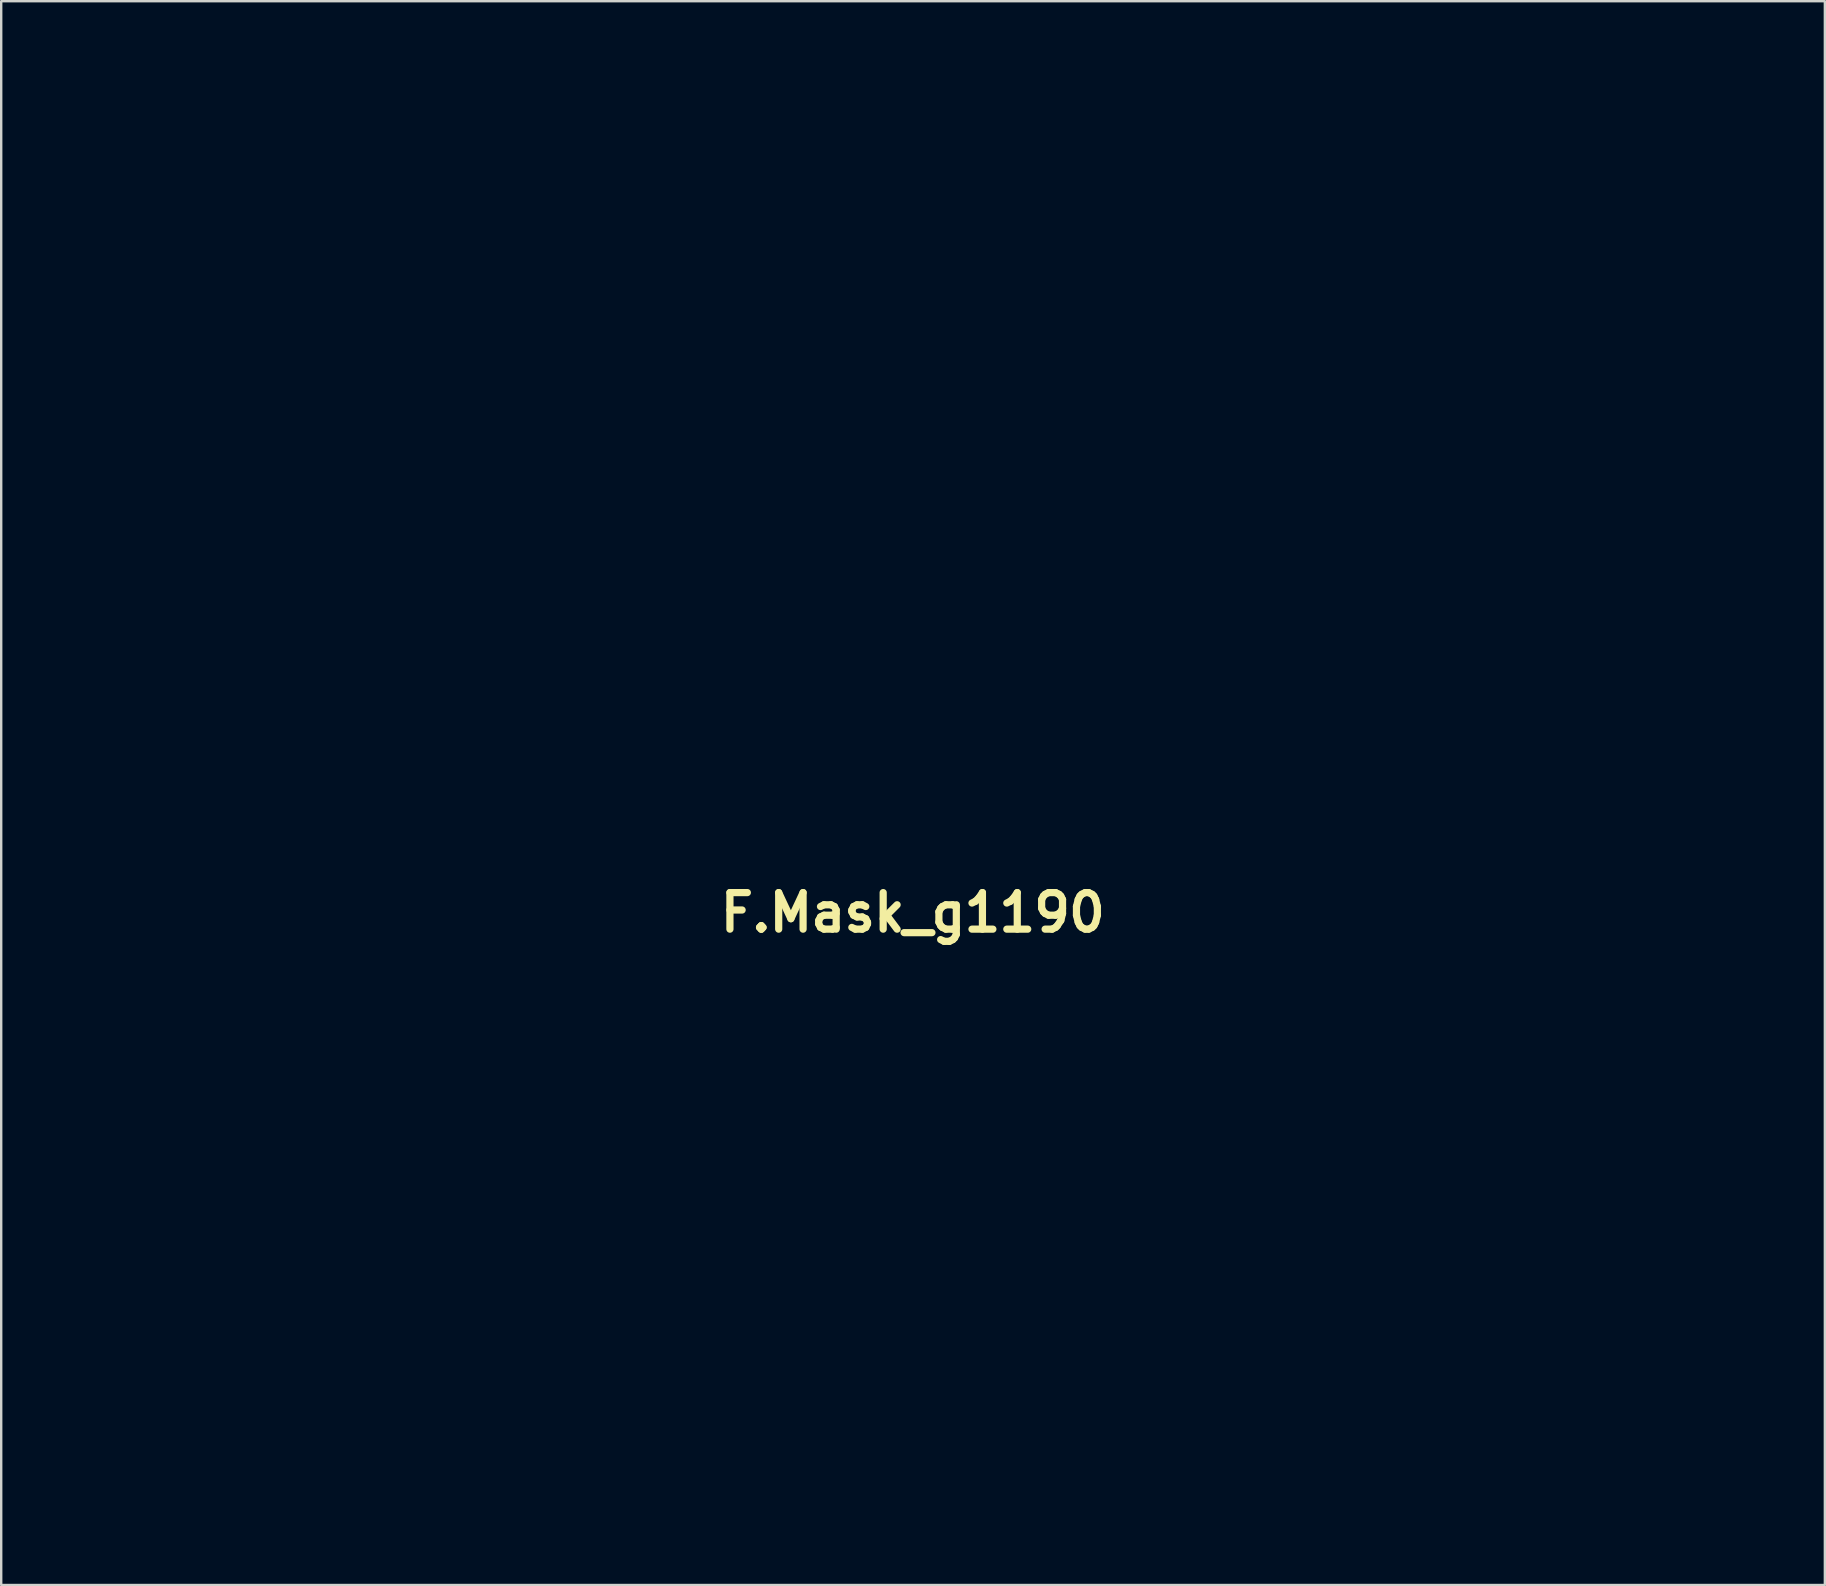
<source format=kicad_pcb>
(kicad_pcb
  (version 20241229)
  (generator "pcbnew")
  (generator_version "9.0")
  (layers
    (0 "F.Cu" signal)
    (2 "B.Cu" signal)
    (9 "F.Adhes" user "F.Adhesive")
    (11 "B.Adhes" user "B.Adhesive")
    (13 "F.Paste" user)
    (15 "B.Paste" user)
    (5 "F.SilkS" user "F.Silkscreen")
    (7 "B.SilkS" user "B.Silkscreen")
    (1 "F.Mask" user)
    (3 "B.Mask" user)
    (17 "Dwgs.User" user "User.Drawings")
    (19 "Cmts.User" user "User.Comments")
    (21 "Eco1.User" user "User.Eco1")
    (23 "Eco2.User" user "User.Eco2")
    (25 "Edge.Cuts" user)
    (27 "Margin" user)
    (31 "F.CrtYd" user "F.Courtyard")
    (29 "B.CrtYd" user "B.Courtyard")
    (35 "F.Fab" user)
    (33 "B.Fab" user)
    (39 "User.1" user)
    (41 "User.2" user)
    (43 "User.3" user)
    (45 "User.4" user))
  (footprint "F.Mask_g1190"
    (layer "F.Cu")
    (at 34.99 34.983)
    (property "Reference" "F.Mask_g1190" (at 0 0 0) (layer "F.SilkS") (effects (font (size 1.524 1.524) (thickness 0.3))))
    (attr through_hole)
    (fp_poly (pts (xy 7.31 -15.295) (xy 7.368 -15.287) (xy 7.455 -15.274) (xy 7.567 -15.257) (xy 7.695 -15.236) (xy 7.835 -15.213) (xy 7.981 -15.188) (xy 8.126 -15.164) (xy 8.264 -15.14) (xy 8.39 -15.117) (xy 8.498 -15.098) (xy 8.58 -15.082) (xy 8.632 -15.071) (xy 8.648 -15.066) (xy 8.648 -15.042) (xy 8.643 -14.985) (xy 8.631 -14.901) (xy 8.615 -14.8) (xy 8.611 -14.772) (xy 8.562 -14.489) (xy 8.498 -14.485) (xy 8.462 -14.488) (xy 8.389 -14.497) (xy 8.287 -14.511) (xy 8.16 -14.531) (xy 8.015 -14.554) (xy 7.857 -14.58) (xy 7.811 -14.588) (xy 7.654 -14.615) (xy 7.511 -14.639) (xy 7.388 -14.661) (xy 7.289 -14.678) (xy 7.22 -14.69) (xy 7.186 -14.697) (xy 7.183 -14.697) (xy 7.185 -14.718) (xy 7.192 -14.772) (xy 7.205 -14.849) (xy 7.22 -14.941) (xy 7.237 -15.037) (xy 7.254 -15.13) (xy 7.269 -15.21) (xy 7.281 -15.268) (xy 7.288 -15.295) (xy 7.288 -15.296) (xy 7.31 -15.295)) (stroke (width 0.01) (type solid)) (fill yes) (layer "F.Mask"))
    (fp_poly (pts (xy 12.561 -9.897) (xy 12.591 -9.889) (xy 12.658 -9.872) (xy 12.755 -9.847) (xy 12.877 -9.816) (xy 13.02 -9.78) (xy 13.178 -9.74) (xy 13.282 -9.714) (xy 13.444 -9.673) (xy 13.593 -9.635) (xy 13.724 -9.601) (xy 13.831 -9.573) (xy 13.911 -9.551) (xy 13.957 -9.538) (xy 13.967 -9.535) (xy 13.968 -9.509) (xy 13.958 -9.455) (xy 13.939 -9.383) (xy 13.917 -9.304) (xy 13.893 -9.229) (xy 13.87 -9.168) (xy 13.853 -9.134) (xy 13.85 -9.131) (xy 13.816 -9.118) (xy 13.752 -9.105) (xy 13.671 -9.094) (xy 13.653 -9.092) (xy 13.572 -9.083) (xy 13.51 -9.073) (xy 13.476 -9.062) (xy 13.473 -9.06) (xy 13.465 -9.036) (xy 13.448 -8.976) (xy 13.422 -8.884) (xy 13.389 -8.765) (xy 13.35 -8.624) (xy 13.306 -8.464) (xy 13.259 -8.292) (xy 13.21 -8.11) (xy 13.16 -7.924) (xy 13.11 -7.739) (xy 13.062 -7.559) (xy 13.016 -7.388) (xy 12.974 -7.232) (xy 12.938 -7.095) (xy 12.908 -6.98) (xy 12.886 -6.894) (xy 12.873 -6.841) (xy 12.869 -6.825) (xy 12.886 -6.803) (xy 12.931 -6.765) (xy 12.995 -6.719) (xy 13.028 -6.697) (xy 13.097 -6.649) (xy 13.15 -6.607) (xy 13.177 -6.579) (xy 13.179 -6.572) (xy 13.171 -6.543) (xy 13.155 -6.484) (xy 13.133 -6.405) (xy 13.123 -6.366) (xy 13.099 -6.284) (xy 13.076 -6.222) (xy 13.058 -6.187) (xy 13.051 -6.182) (xy 13.026 -6.188) (xy 12.965 -6.204) (xy 12.873 -6.228) (xy 12.754 -6.26) (xy 12.614 -6.297) (xy 12.458 -6.34) (xy 12.33 -6.375) (xy 12.165 -6.42) (xy 12.014 -6.461) (xy 11.88 -6.498) (xy 11.77 -6.529) (xy 11.688 -6.553) (xy 11.637 -6.568) (xy 11.624 -6.573) (xy 11.625 -6.595) (xy 11.636 -6.646) (xy 11.649 -6.692) (xy 11.672 -6.776) (xy 11.695 -6.86) (xy 11.704 -6.893) (xy 11.727 -6.98) (xy 11.923 -6.995) (xy 12.12 -7.009) (xy 12.421 -8.124) (xy 12.477 -8.334) (xy 12.53 -8.532) (xy 12.579 -8.714) (xy 12.622 -8.876) (xy 12.658 -9.015) (xy 12.687 -9.126) (xy 12.708 -9.206) (xy 12.719 -9.252) (xy 12.721 -9.26) (xy 12.704 -9.282) (xy 12.661 -9.32) (xy 12.599 -9.369) (xy 12.566 -9.394) (xy 12.412 -9.506) (xy 12.464 -9.708) (xy 12.489 -9.8) (xy 12.508 -9.858) (xy 12.524 -9.889) (xy 12.541 -9.899) (xy 12.561 -9.897)) (stroke (width 0.01) (type solid)) (fill yes) (layer "F.Mask"))
    (fp_poly (pts (xy 11.219 -16.471) (xy 11.49 -16.398) (xy 11.498 -16.396) (xy 11.675 -16.328) (xy 11.822 -16.253) (xy 11.953 -16.162) (xy 12.079 -16.049) (xy 12.091 -16.038) (xy 12.179 -15.942) (xy 12.249 -15.846) (xy 12.313 -15.732) (xy 12.328 -15.699) (xy 12.399 -15.535) (xy 12.447 -15.377) (xy 12.475 -15.212) (xy 12.485 -15.029) (xy 12.482 -14.87) (xy 12.452 -14.558) (xy 12.386 -14.264) (xy 12.282 -13.977) (xy 12.22 -13.843) (xy 12.165 -13.736) (xy 12.118 -13.654) (xy 12.069 -13.584) (xy 12.009 -13.514) (xy 11.93 -13.431) (xy 11.897 -13.398) (xy 11.748 -13.26) (xy 11.608 -13.153) (xy 11.467 -13.07) (xy 11.313 -13.005) (xy 11.25 -12.984) (xy 11.076 -12.943) (xy 10.883 -12.922) (xy 10.687 -12.921) (xy 10.507 -12.941) (xy 10.506 -12.942) (xy 10.243 -13.006) (xy 10.012 -13.095) (xy 9.812 -13.208) (xy 9.639 -13.347) (xy 9.617 -13.369) (xy 9.471 -13.543) (xy 9.359 -13.743) (xy 9.281 -13.966) (xy 9.237 -14.211) (xy 9.232 -14.362) (xy 10.04 -14.362) (xy 10.047 -14.159) (xy 10.083 -13.986) (xy 10.149 -13.842) (xy 10.245 -13.725) (xy 10.372 -13.634) (xy 10.509 -13.575) (xy 10.588 -13.559) (xy 10.69 -13.552) (xy 10.801 -13.554) (xy 10.909 -13.563) (xy 10.998 -13.58) (xy 11.046 -13.597) (xy 11.182 -13.692) (xy 11.304 -13.826) (xy 11.411 -13.997) (xy 11.503 -14.204) (xy 11.579 -14.446) (xy 11.619 -14.622) (xy 11.659 -14.857) (xy 11.676 -15.059) (xy 11.67 -15.235) (xy 11.641 -15.387) (xy 11.589 -15.52) (xy 11.541 -15.6) (xy 11.485 -15.672) (xy 11.424 -15.727) (xy 11.342 -15.776) (xy 11.316 -15.79) (xy 11.246 -15.824) (xy 11.19 -15.846) (xy 11.134 -15.858) (xy 11.065 -15.863) (xy 10.968 -15.864) (xy 10.956 -15.864) (xy 10.846 -15.862) (xy 10.766 -15.856) (xy 10.706 -15.842) (xy 10.657 -15.823) (xy 10.531 -15.737) (xy 10.416 -15.613) (xy 10.313 -15.45) (xy 10.224 -15.252) (xy 10.149 -15.019) (xy 10.089 -14.753) (xy 10.062 -14.594) (xy 10.04 -14.362) (xy 9.232 -14.362) (xy 9.228 -14.479) (xy 9.253 -14.767) (xy 9.312 -15.075) (xy 9.327 -15.133) (xy 9.415 -15.412) (xy 9.525 -15.658) (xy 9.659 -15.874) (xy 9.82 -16.064) (xy 9.842 -16.087) (xy 10.033 -16.247) (xy 10.242 -16.369) (xy 10.467 -16.452) (xy 10.706 -16.498) (xy 10.957 -16.504) (xy 11.219 -16.471)) (stroke (width 0.01) (type solid)) (fill yes) (layer "F.Mask"))
    (fp_poly (pts (xy -1.026 -11.594) (xy -1.023 -11.572) (xy -1.019 -11.517) (xy -1.013 -11.438) (xy -1.009 -11.376) (xy -0.997 -11.163) (xy -1.164 -11.09) (xy -1.332 -11.017) (xy -1.738 -10.144) (xy -2.144 -9.272) (xy -2.128 -8.949) (xy -2.123 -8.836) (xy -2.117 -8.74) (xy -2.112 -8.667) (xy -2.107 -8.625) (xy -2.106 -8.618) (xy -2.084 -8.609) (xy -2.03 -8.592) (xy -1.956 -8.569) (xy -1.924 -8.56) (xy -1.845 -8.537) (xy -1.784 -8.518) (xy -1.749 -8.506) (xy -1.746 -8.504) (xy -1.742 -8.482) (xy -1.737 -8.427) (xy -1.73 -8.349) (xy -1.726 -8.294) (xy -1.711 -8.089) (xy -1.803 -8.077) (xy -1.849 -8.073) (xy -1.931 -8.068) (xy -2.041 -8.062) (xy -2.172 -8.055) (xy -2.318 -8.049) (xy -2.434 -8.044) (xy -2.588 -8.037) (xy -2.735 -8.03) (xy -2.867 -8.024) (xy -2.977 -8.018) (xy -3.057 -8.013) (xy -3.093 -8.011) (xy -3.211 -8) (xy -3.225 -8.111) (xy -3.233 -8.203) (xy -3.238 -8.3) (xy -3.238 -8.331) (xy -3.239 -8.438) (xy -3.058 -8.507) (xy -2.877 -8.576) (xy -2.891 -8.897) (xy -2.905 -9.218) (xy -3.4 -10.055) (xy -3.894 -10.893) (xy -4.037 -10.942) (xy -4.112 -10.971) (xy -4.173 -11) (xy -4.207 -11.024) (xy -4.207 -11.024) (xy -4.221 -11.065) (xy -4.23 -11.142) (xy -4.233 -11.239) (xy -4.233 -11.42) (xy -3.551 -11.465) (xy -3.385 -11.475) (xy -3.233 -11.484) (xy -3.099 -11.492) (xy -2.989 -11.497) (xy -2.908 -11.5) (xy -2.862 -11.501) (xy -2.852 -11.5) (xy -2.846 -11.476) (xy -2.84 -11.42) (xy -2.837 -11.34) (xy -2.836 -11.279) (xy -2.836 -11.068) (xy -2.954 -11.016) (xy -3.071 -10.964) (xy -2.823 -10.483) (xy -2.755 -10.35) (xy -2.691 -10.228) (xy -2.636 -10.122) (xy -2.591 -10.038) (xy -2.561 -9.982) (xy -2.548 -9.961) (xy -2.527 -9.934) (xy -2.513 -9.942) (xy -2.501 -9.971) (xy -2.486 -10.005) (xy -2.458 -10.072) (xy -2.419 -10.164) (xy -2.371 -10.275) (xy -2.317 -10.4) (xy -2.298 -10.443) (xy -2.242 -10.572) (xy -2.19 -10.691) (xy -2.146 -10.794) (xy -2.111 -10.874) (xy -2.089 -10.925) (xy -2.086 -10.934) (xy -2.057 -11.003) (xy -2.323 -11.097) (xy -2.336 -11.224) (xy -2.344 -11.31) (xy -2.348 -11.393) (xy -2.349 -11.433) (xy -2.346 -11.487) (xy -2.331 -11.51) (xy -2.302 -11.515) (xy -2.269 -11.516) (xy -2.2 -11.52) (xy -2.1 -11.526) (xy -1.975 -11.534) (xy -1.832 -11.544) (xy -1.675 -11.555) (xy -1.642 -11.557) (xy -1.486 -11.567) (xy -1.344 -11.577) (xy -1.222 -11.584) (xy -1.125 -11.59) (xy -1.058 -11.593) (xy -1.027 -11.594) (xy -1.026 -11.594)) (stroke (width 0.01) (type solid)) (fill yes) (layer "F.Mask"))
    (fp_poly (pts (xy -10.881 -10.446) (xy -10.864 -10.397) (xy -10.843 -10.328) (xy -10.822 -10.249) (xy -10.802 -10.17) (xy -10.787 -10.103) (xy -10.779 -10.057) (xy -10.78 -10.042) (xy -10.798 -10.03) (xy -10.844 -10) (xy -10.908 -9.956) (xy -10.948 -9.93) (xy -11.019 -9.879) (xy -11.072 -9.835) (xy -11.1 -9.804) (xy -11.102 -9.795) (xy -11.096 -9.77) (xy -11.082 -9.707) (xy -11.061 -9.611) (xy -11.034 -9.485) (xy -11.001 -9.333) (xy -10.964 -9.159) (xy -10.923 -8.968) (xy -10.879 -8.762) (xy -10.857 -8.657) (xy -10.812 -8.447) (xy -10.769 -8.249) (xy -10.73 -8.068) (xy -10.696 -7.907) (xy -10.666 -7.77) (xy -10.642 -7.662) (xy -10.625 -7.585) (xy -10.615 -7.544) (xy -10.613 -7.538) (xy -10.59 -7.532) (xy -10.536 -7.524) (xy -10.458 -7.514) (xy -10.418 -7.509) (xy -10.23 -7.488) (xy -10.184 -7.286) (xy -10.166 -7.199) (xy -10.153 -7.128) (xy -10.148 -7.084) (xy -10.149 -7.073) (xy -10.171 -7.067) (xy -10.228 -7.053) (xy -10.315 -7.033) (xy -10.426 -7.008) (xy -10.556 -6.979) (xy -10.698 -6.947) (xy -10.847 -6.914) (xy -10.997 -6.881) (xy -11.142 -6.849) (xy -11.277 -6.82) (xy -11.396 -6.794) (xy -11.493 -6.774) (xy -11.562 -6.76) (xy -11.598 -6.753) (xy -11.6 -6.753) (xy -11.609 -6.772) (xy -11.624 -6.823) (xy -11.642 -6.897) (xy -11.65 -6.936) (xy -11.668 -7.021) (xy -11.684 -7.092) (xy -11.695 -7.137) (xy -11.698 -7.145) (xy -11.685 -7.167) (xy -11.641 -7.203) (xy -11.572 -7.248) (xy -11.537 -7.269) (xy -11.463 -7.312) (xy -11.405 -7.347) (xy -11.372 -7.369) (xy -11.367 -7.374) (xy -11.371 -7.395) (xy -11.383 -7.454) (xy -11.403 -7.547) (xy -11.429 -7.67) (xy -11.461 -7.82) (xy -11.498 -7.991) (xy -11.538 -8.182) (xy -11.582 -8.387) (xy -11.61 -8.516) (xy -11.656 -8.729) (xy -11.698 -8.929) (xy -11.738 -9.113) (xy -11.772 -9.276) (xy -11.802 -9.416) (xy -11.826 -9.527) (xy -11.843 -9.607) (xy -11.852 -9.652) (xy -11.853 -9.66) (xy -11.873 -9.667) (xy -11.924 -9.678) (xy -11.999 -9.69) (xy -12.032 -9.695) (xy -12.116 -9.709) (xy -12.184 -9.722) (xy -12.226 -9.733) (xy -12.232 -9.735) (xy -12.243 -9.758) (xy -12.26 -9.81) (xy -12.28 -9.881) (xy -12.3 -9.959) (xy -12.317 -10.034) (xy -12.33 -10.094) (xy -12.334 -10.127) (xy -12.333 -10.131) (xy -12.312 -10.136) (xy -12.256 -10.15) (xy -12.171 -10.17) (xy -12.061 -10.195) (xy -11.932 -10.225) (xy -11.791 -10.258) (xy -11.643 -10.292) (xy -11.494 -10.326) (xy -11.35 -10.36) (xy -11.215 -10.391) (xy -11.097 -10.418) (xy -11 -10.44) (xy -10.931 -10.455) (xy -10.895 -10.463) (xy -10.891 -10.464) (xy -10.881 -10.446)) (stroke (width 0.01) (type solid)) (fill yes) (layer "F.Mask"))
    (fp_poly (pts (xy -16.75 -8.414) (xy -16.717 -8.287) (xy -16.69 -8.174) (xy -16.669 -8.081) (xy -16.656 -8.014) (xy -16.652 -7.98) (xy -16.653 -7.978) (xy -16.678 -7.967) (xy -16.732 -7.948) (xy -16.804 -7.925) (xy -16.884 -7.901) (xy -16.961 -7.878) (xy -17.023 -7.861) (xy -17.059 -7.853) (xy -17.062 -7.853) (xy -17.077 -7.87) (xy -17.11 -7.915) (xy -17.154 -7.98) (xy -17.189 -8.033) (xy -17.304 -8.213) (xy -17.401 -8.213) (xy -17.551 -8.201) (xy -17.703 -8.169) (xy -17.846 -8.12) (xy -17.968 -8.058) (xy -18.036 -8.008) (xy -18.112 -7.916) (xy -18.151 -7.816) (xy -18.151 -7.714) (xy -18.112 -7.616) (xy -18.086 -7.581) (xy -18.037 -7.533) (xy -17.974 -7.496) (xy -17.892 -7.469) (xy -17.783 -7.449) (xy -17.642 -7.434) (xy -17.558 -7.428) (xy -17.311 -7.41) (xy -17.102 -7.388) (xy -16.926 -7.363) (xy -16.779 -7.331) (xy -16.654 -7.293) (xy -16.549 -7.246) (xy -16.459 -7.19) (xy -16.377 -7.123) (xy -16.353 -7.1) (xy -16.243 -6.961) (xy -16.157 -6.797) (xy -16.099 -6.614) (xy -16.071 -6.424) (xy -16.075 -6.236) (xy -16.098 -6.107) (xy -16.149 -5.957) (xy -16.223 -5.821) (xy -16.328 -5.689) (xy -16.393 -5.62) (xy -16.521 -5.504) (xy -16.65 -5.412) (xy -16.793 -5.335) (xy -16.964 -5.267) (xy -16.992 -5.258) (xy -17.197 -5.196) (xy -17.404 -5.152) (xy -17.627 -5.123) (xy -17.878 -5.107) (xy -17.879 -5.107) (xy -18.179 -5.095) (xy -18.243 -5.305) (xy -18.301 -5.497) (xy -18.35 -5.662) (xy -18.388 -5.797) (xy -18.415 -5.9) (xy -18.431 -5.968) (xy -18.434 -5.999) (xy -18.433 -6) (xy -18.406 -6.014) (xy -18.349 -6.033) (xy -18.274 -6.056) (xy -18.189 -6.079) (xy -18.105 -6.101) (xy -18.032 -6.118) (xy -17.979 -6.127) (xy -17.955 -6.127) (xy -17.955 -6.126) (xy -17.943 -6.1) (xy -17.915 -6.046) (xy -17.877 -5.973) (xy -17.859 -5.937) (xy -17.769 -5.768) (xy -17.639 -5.762) (xy -17.488 -5.769) (xy -17.325 -5.8) (xy -17.173 -5.851) (xy -17.124 -5.873) (xy -16.997 -5.953) (xy -16.901 -6.044) (xy -16.839 -6.141) (xy -16.811 -6.242) (xy -16.821 -6.341) (xy -16.869 -6.433) (xy -16.899 -6.469) (xy -16.957 -6.515) (xy -17.031 -6.55) (xy -17.127 -6.577) (xy -17.251 -6.596) (xy -17.409 -6.609) (xy -17.49 -6.613) (xy -17.723 -6.629) (xy -17.936 -6.655) (xy -18.124 -6.689) (xy -18.28 -6.731) (xy -18.389 -6.774) (xy -18.55 -6.876) (xy -18.682 -7.009) (xy -18.786 -7.172) (xy -18.862 -7.367) (xy -18.892 -7.49) (xy -18.915 -7.685) (xy -18.9 -7.865) (xy -18.846 -8.034) (xy -18.752 -8.195) (xy -18.617 -8.35) (xy -18.441 -8.497) (xy -18.232 -8.618) (xy -17.993 -8.713) (xy -17.725 -8.782) (xy -17.432 -8.823) (xy -17.147 -8.836) (xy -16.863 -8.837) (xy -16.75 -8.414)) (stroke (width 0.01) (type solid)) (fill yes) (layer "F.Mask"))
    (fp_poly (pts (xy 0.619 -17.674) (xy 0.893 -17.673) (xy 1.128 -17.67) (xy 1.33 -17.665) (xy 1.503 -17.658) (xy 1.651 -17.647) (xy 1.779 -17.632) (xy 1.89 -17.612) (xy 1.989 -17.588) (xy 2.082 -17.559) (xy 2.171 -17.524) (xy 2.261 -17.482) (xy 2.264 -17.48) (xy 2.458 -17.363) (xy 2.624 -17.213) (xy 2.763 -17.033) (xy 2.872 -16.824) (xy 2.952 -16.585) (xy 3.003 -16.32) (xy 3.017 -16.17) (xy 3.02 -15.863) (xy 2.989 -15.573) (xy 2.924 -15.303) (xy 2.827 -15.056) (xy 2.697 -14.833) (xy 2.537 -14.636) (xy 2.494 -14.594) (xy 2.305 -14.442) (xy 2.093 -14.322) (xy 1.865 -14.24) (xy 1.841 -14.234) (xy 1.744 -14.216) (xy 1.609 -14.204) (xy 1.437 -14.195) (xy 1.225 -14.192) (xy 0.974 -14.193) (xy 0.683 -14.198) (xy 0.413 -14.206) (xy 0.257 -14.211) (xy 0.115 -14.217) (xy -0.007 -14.221) (xy -0.105 -14.225) (xy -0.171 -14.228) (xy -0.203 -14.23) (xy -0.204 -14.231) (xy -0.205 -14.252) (xy -0.203 -14.307) (xy -0.2 -14.385) (xy -0.196 -14.448) (xy -0.185 -14.662) (xy -0.013 -14.711) (xy 0.067 -14.734) (xy 0.131 -14.755) (xy 0.167 -14.769) (xy 0.172 -14.772) (xy 0.172 -14.776) (xy 0.953 -14.776) (xy 1.106 -14.768) (xy 1.245 -14.763) (xy 1.381 -14.766) (xy 1.504 -14.774) (xy 1.601 -14.788) (xy 1.631 -14.795) (xy 1.739 -14.841) (xy 1.849 -14.912) (xy 1.94 -14.997) (xy 1.967 -15.03) (xy 2.047 -15.168) (xy 2.108 -15.335) (xy 2.151 -15.533) (xy 2.176 -15.766) (xy 2.183 -16.013) (xy 2.174 -16.253) (xy 2.147 -16.458) (xy 2.101 -16.629) (xy 2.033 -16.771) (xy 1.943 -16.885) (xy 1.83 -16.975) (xy 1.737 -17.025) (xy 1.69 -17.044) (xy 1.636 -17.057) (xy 1.568 -17.066) (xy 1.475 -17.072) (xy 1.35 -17.077) (xy 1.328 -17.078) (xy 1.219 -17.079) (xy 1.126 -17.079) (xy 1.057 -17.076) (xy 1.02 -17.071) (xy 1.015 -17.068) (xy 1.015 -17.044) (xy 1.013 -16.981) (xy 1.01 -16.885) (xy 1.006 -16.76) (xy 1.001 -16.609) (xy 0.996 -16.437) (xy 0.99 -16.248) (xy 0.984 -16.066) (xy 0.978 -15.859) (xy 0.972 -15.661) (xy 0.967 -15.476) (xy 0.962 -15.309) (xy 0.958 -15.165) (xy 0.955 -15.049) (xy 0.954 -14.967) (xy 0.953 -14.929) (xy 0.953 -14.776) (xy 0.172 -14.776) (xy 0.175 -14.795) (xy 0.179 -14.856) (xy 0.183 -14.952) (xy 0.188 -15.076) (xy 0.194 -15.227) (xy 0.199 -15.399) (xy 0.204 -15.587) (xy 0.209 -15.78) (xy 0.214 -15.988) (xy 0.22 -16.188) (xy 0.225 -16.377) (xy 0.23 -16.547) (xy 0.235 -16.695) (xy 0.239 -16.815) (xy 0.243 -16.901) (xy 0.245 -16.944) (xy 0.257 -17.114) (xy 0.064 -17.196) (xy -0.031 -17.238) (xy -0.089 -17.27) (xy -0.116 -17.294) (xy -0.118 -17.308) (xy -0.112 -17.343) (xy -0.108 -17.408) (xy -0.106 -17.489) (xy -0.106 -17.507) (xy -0.106 -17.674) (xy 0.619 -17.674)) (stroke (width 0.01) (type solid)) (fill yes) (layer "F.Mask"))
    (fp_poly (pts (xy 18.168 -14.37) (xy 18.35 -14.35) (xy 18.525 -14.314) (xy 18.599 -14.291) (xy 18.757 -14.231) (xy 18.926 -14.155) (xy 19.096 -14.068) (xy 19.259 -13.975) (xy 19.403 -13.883) (xy 19.518 -13.796) (xy 19.542 -13.776) (xy 19.62 -13.705) (xy 19.459 -13.298) (xy 19.41 -13.176) (xy 19.364 -13.068) (xy 19.325 -12.981) (xy 19.295 -12.921) (xy 19.277 -12.892) (xy 19.274 -12.891) (xy 19.245 -12.898) (xy 19.187 -12.917) (xy 19.109 -12.944) (xy 19.061 -12.962) (xy 18.972 -12.996) (xy 18.916 -13.022) (xy 18.886 -13.043) (xy 18.874 -13.065) (xy 18.873 -13.083) (xy 18.879 -13.197) (xy 18.882 -13.302) (xy 18.881 -13.391) (xy 18.878 -13.453) (xy 18.872 -13.48) (xy 18.841 -13.508) (xy 18.781 -13.548) (xy 18.703 -13.592) (xy 18.617 -13.636) (xy 18.532 -13.674) (xy 18.477 -13.695) (xy 18.331 -13.731) (xy 18.199 -13.736) (xy 18.084 -13.713) (xy 17.992 -13.663) (xy 17.927 -13.588) (xy 17.893 -13.489) (xy 17.892 -13.478) (xy 17.895 -13.393) (xy 17.926 -13.306) (xy 17.986 -13.212) (xy 18.079 -13.11) (xy 18.207 -12.995) (xy 18.291 -12.926) (xy 18.395 -12.84) (xy 18.505 -12.74) (xy 18.615 -12.634) (xy 18.715 -12.532) (xy 18.795 -12.442) (xy 18.831 -12.396) (xy 18.93 -12.23) (xy 18.988 -12.054) (xy 19.004 -11.871) (xy 18.979 -11.679) (xy 18.913 -11.481) (xy 18.864 -11.38) (xy 18.75 -11.205) (xy 18.607 -11.061) (xy 18.437 -10.949) (xy 18.242 -10.871) (xy 18.15 -10.848) (xy 17.992 -10.824) (xy 17.834 -10.821) (xy 17.661 -10.84) (xy 17.607 -10.849) (xy 17.467 -10.881) (xy 17.325 -10.926) (xy 17.171 -10.988) (xy 16.997 -11.071) (xy 16.949 -11.095) (xy 16.855 -11.146) (xy 16.752 -11.205) (xy 16.647 -11.268) (xy 16.548 -11.33) (xy 16.461 -11.387) (xy 16.395 -11.435) (xy 16.356 -11.468) (xy 16.35 -11.475) (xy 16.354 -11.498) (xy 16.369 -11.554) (xy 16.395 -11.636) (xy 16.427 -11.736) (xy 16.465 -11.848) (xy 16.504 -11.964) (xy 16.544 -12.077) (xy 16.581 -12.18) (xy 16.613 -12.267) (xy 16.637 -12.329) (xy 16.652 -12.36) (xy 16.652 -12.361) (xy 16.674 -12.358) (xy 16.725 -12.344) (xy 16.796 -12.322) (xy 16.878 -12.295) (xy 16.96 -12.267) (xy 17.033 -12.241) (xy 17.086 -12.22) (xy 17.107 -12.21) (xy 17.116 -12.185) (xy 17.113 -12.124) (xy 17.099 -12.025) (xy 17.092 -11.989) (xy 17.055 -11.781) (xy 17.126 -11.72) (xy 17.187 -11.676) (xy 17.264 -11.628) (xy 17.314 -11.6) (xy 17.476 -11.531) (xy 17.63 -11.488) (xy 17.774 -11.473) (xy 17.902 -11.483) (xy 18.011 -11.517) (xy 18.096 -11.576) (xy 18.154 -11.657) (xy 18.18 -11.76) (xy 18.181 -11.792) (xy 18.17 -11.879) (xy 18.134 -11.963) (xy 18.07 -12.049) (xy 17.974 -12.142) (xy 17.855 -12.239) (xy 17.744 -12.33) (xy 17.627 -12.433) (xy 17.511 -12.544) (xy 17.402 -12.655) (xy 17.306 -12.761) (xy 17.228 -12.856) (xy 17.175 -12.932) (xy 17.163 -12.954) (xy 17.101 -13.121) (xy 17.069 -13.292) (xy 17.07 -13.444) (xy 17.112 -13.652) (xy 17.187 -13.84) (xy 17.291 -14.006) (xy 17.423 -14.145) (xy 17.578 -14.255) (xy 17.753 -14.33) (xy 17.838 -14.352) (xy 17.992 -14.371) (xy 18.168 -14.37)) (stroke (width 0.01) (type solid)) (fill yes) (layer "F.Mask"))
    (fp_poly (pts (xy 2.422 -11.501) (xy 2.545 -11.496) (xy 2.654 -11.49) (xy 2.74 -11.485) (xy 2.798 -11.479) (xy 2.82 -11.474) (xy 2.828 -11.452) (xy 2.848 -11.393) (xy 2.878 -11.3) (xy 2.917 -11.175) (xy 2.964 -11.023) (xy 3.018 -10.847) (xy 3.079 -10.649) (xy 3.144 -10.433) (xy 3.214 -10.202) (xy 3.281 -9.98) (xy 3.354 -9.739) (xy 3.423 -9.51) (xy 3.488 -9.297) (xy 3.547 -9.101) (xy 3.599 -8.928) (xy 3.644 -8.779) (xy 3.681 -8.658) (xy 3.709 -8.569) (xy 3.726 -8.513) (xy 3.732 -8.496) (xy 3.752 -8.487) (xy 3.802 -8.466) (xy 3.872 -8.438) (xy 3.895 -8.429) (xy 3.97 -8.397) (xy 4.021 -8.368) (xy 4.051 -8.333) (xy 4.063 -8.283) (xy 4.063 -8.209) (xy 4.055 -8.102) (xy 4.054 -8.091) (xy 4.039 -7.938) (xy 3.888 -7.94) (xy 3.827 -7.942) (xy 3.731 -7.947) (xy 3.606 -7.953) (xy 3.461 -7.96) (xy 3.302 -7.968) (xy 3.136 -7.978) (xy 3.117 -7.979) (xy 2.96 -7.988) (xy 2.816 -7.997) (xy 2.692 -8.006) (xy 2.592 -8.014) (xy 2.523 -8.021) (xy 2.489 -8.026) (xy 2.486 -8.027) (xy 2.482 -8.052) (xy 2.482 -8.109) (xy 2.485 -8.189) (xy 2.489 -8.242) (xy 2.503 -8.445) (xy 2.578 -8.466) (xy 2.644 -8.483) (xy 2.726 -8.503) (xy 2.766 -8.512) (xy 2.834 -8.53) (xy 2.866 -8.549) (xy 2.87 -8.571) (xy 2.86 -8.608) (xy 2.843 -8.671) (xy 2.824 -8.742) (xy 2.803 -8.814) (xy 2.785 -8.87) (xy 2.772 -8.897) (xy 2.749 -8.902) (xy 2.69 -8.909) (xy 2.603 -8.917) (xy 2.493 -8.926) (xy 2.369 -8.936) (xy 2.236 -8.945) (xy 2.102 -8.954) (xy 1.974 -8.962) (xy 1.857 -8.968) (xy 1.76 -8.973) (xy 1.714 -8.974) (xy 1.688 -8.954) (xy 1.655 -8.895) (xy 1.619 -8.811) (xy 1.59 -8.733) (xy 1.568 -8.67) (xy 1.556 -8.633) (xy 1.556 -8.628) (xy 1.574 -8.614) (xy 1.624 -8.589) (xy 1.695 -8.559) (xy 1.735 -8.543) (xy 1.914 -8.477) (xy 1.908 -8.276) (xy 1.904 -8.188) (xy 1.898 -8.116) (xy 1.891 -8.071) (xy 1.887 -8.061) (xy 1.865 -8.06) (xy 1.806 -8.061) (xy 1.716 -8.063) (xy 1.602 -8.068) (xy 1.469 -8.073) (xy 1.324 -8.08) (xy 1.171 -8.087) (xy 1.018 -8.095) (xy 0.87 -8.103) (xy 0.733 -8.11) (xy 0.613 -8.118) (xy 0.515 -8.124) (xy 0.446 -8.13) (xy 0.412 -8.134) (xy 0.41 -8.135) (xy 0.409 -8.157) (xy 0.41 -8.212) (xy 0.415 -8.291) (xy 0.419 -8.35) (xy 0.434 -8.56) (xy 0.794 -8.649) (xy 1.17 -9.514) (xy 1.898 -9.514) (xy 1.917 -9.503) (xy 1.974 -9.493) (xy 2.065 -9.483) (xy 2.186 -9.475) (xy 2.334 -9.469) (xy 2.458 -9.466) (xy 2.641 -9.461) (xy 2.496 -10.024) (xy 2.458 -10.173) (xy 2.423 -10.308) (xy 2.393 -10.425) (xy 2.368 -10.519) (xy 2.352 -10.582) (xy 2.344 -10.611) (xy 2.344 -10.611) (xy 2.335 -10.597) (xy 2.313 -10.55) (xy 2.28 -10.475) (xy 2.239 -10.378) (xy 2.193 -10.266) (xy 2.142 -10.144) (xy 2.091 -10.018) (xy 2.042 -9.894) (xy 1.996 -9.778) (xy 1.956 -9.676) (xy 1.925 -9.594) (xy 1.905 -9.537) (xy 1.898 -9.514) (xy 1.17 -9.514) (xy 2.039 -11.513) (xy 2.422 -11.501)) (stroke (width 0.01) (type solid)) (fill yes) (layer "F.Mask"))
    (fp_poly (pts (xy 14.529 -9.366) (xy 14.591 -9.351) (xy 14.682 -9.325) (xy 14.797 -9.292) (xy 14.93 -9.253) (xy 15.071 -9.211) (xy 15.61 -9.046) (xy 15.887 -7.788) (xy 15.936 -7.563) (xy 15.983 -7.35) (xy 16.027 -7.153) (xy 16.066 -6.976) (xy 16.1 -6.821) (xy 16.129 -6.693) (xy 16.151 -6.595) (xy 16.166 -6.531) (xy 16.172 -6.505) (xy 16.172 -6.505) (xy 16.181 -6.519) (xy 16.201 -6.569) (xy 16.23 -6.651) (xy 16.269 -6.761) (xy 16.314 -6.895) (xy 16.366 -7.049) (xy 16.422 -7.218) (xy 16.441 -7.277) (xy 16.7 -8.075) (xy 16.642 -8.128) (xy 16.59 -8.173) (xy 16.526 -8.228) (xy 16.493 -8.256) (xy 16.402 -8.33) (xy 16.458 -8.51) (xy 16.485 -8.592) (xy 16.508 -8.658) (xy 16.525 -8.698) (xy 16.528 -8.704) (xy 16.551 -8.701) (xy 16.607 -8.687) (xy 16.693 -8.665) (xy 16.801 -8.634) (xy 16.926 -8.599) (xy 17.063 -8.559) (xy 17.205 -8.517) (xy 17.346 -8.475) (xy 17.482 -8.434) (xy 17.605 -8.396) (xy 17.71 -8.363) (xy 17.791 -8.336) (xy 17.843 -8.318) (xy 17.859 -8.311) (xy 17.857 -8.287) (xy 17.845 -8.233) (xy 17.824 -8.157) (xy 17.808 -8.103) (xy 17.747 -7.906) (xy 17.342 -7.869) (xy 16.899 -6.501) (xy 16.8 -6.199) (xy 16.714 -5.936) (xy 16.64 -5.711) (xy 16.576 -5.525) (xy 16.525 -5.376) (xy 16.484 -5.262) (xy 16.453 -5.184) (xy 16.433 -5.14) (xy 16.424 -5.129) (xy 16.395 -5.134) (xy 16.333 -5.151) (xy 16.245 -5.178) (xy 16.138 -5.211) (xy 16.034 -5.245) (xy 15.918 -5.284) (xy 15.817 -5.317) (xy 15.738 -5.343) (xy 15.687 -5.361) (xy 15.669 -5.366) (xy 15.664 -5.387) (xy 15.65 -5.445) (xy 15.629 -5.537) (xy 15.601 -5.66) (xy 15.567 -5.81) (xy 15.527 -5.983) (xy 15.484 -6.177) (xy 15.436 -6.387) (xy 15.386 -6.61) (xy 15.384 -6.62) (xy 15.334 -6.843) (xy 15.286 -7.053) (xy 15.242 -7.246) (xy 15.201 -7.418) (xy 15.166 -7.567) (xy 15.136 -7.689) (xy 15.113 -7.781) (xy 15.097 -7.838) (xy 15.089 -7.858) (xy 15.089 -7.858) (xy 15.08 -7.835) (xy 15.059 -7.778) (xy 15.03 -7.691) (xy 14.992 -7.58) (xy 14.949 -7.45) (xy 14.902 -7.307) (xy 14.852 -7.156) (xy 14.802 -7.002) (xy 14.753 -6.852) (xy 14.707 -6.709) (xy 14.666 -6.581) (xy 14.631 -6.471) (xy 14.605 -6.386) (xy 14.589 -6.331) (xy 14.584 -6.312) (xy 14.6 -6.293) (xy 14.644 -6.256) (xy 14.707 -6.209) (xy 14.743 -6.183) (xy 14.812 -6.134) (xy 14.866 -6.094) (xy 14.897 -6.068) (xy 14.901 -6.063) (xy 14.895 -6.041) (xy 14.879 -5.987) (xy 14.855 -5.911) (xy 14.838 -5.855) (xy 14.774 -5.656) (xy 14.106 -5.874) (xy 13.946 -5.926) (xy 13.799 -5.975) (xy 13.67 -6.018) (xy 13.564 -6.054) (xy 13.485 -6.081) (xy 13.439 -6.097) (xy 13.428 -6.102) (xy 13.429 -6.125) (xy 13.441 -6.18) (xy 13.462 -6.255) (xy 13.476 -6.304) (xy 13.505 -6.396) (xy 13.531 -6.458) (xy 13.563 -6.494) (xy 13.61 -6.512) (xy 13.682 -6.518) (xy 13.78 -6.519) (xy 13.938 -6.52) (xy 14.656 -8.743) (xy 14.572 -8.811) (xy 14.505 -8.867) (xy 14.438 -8.926) (xy 14.419 -8.943) (xy 14.35 -9.006) (xy 14.41 -9.186) (xy 14.442 -9.27) (xy 14.471 -9.333) (xy 14.495 -9.367) (xy 14.501 -9.371) (xy 14.529 -9.366)) (stroke (width 0.01) (type solid)) (fill yes) (layer "F.Mask"))
    (fp_poly (pts (xy 3.849 -17.534) (xy 3.892 -17.53) (xy 3.97 -17.523) (xy 4.076 -17.514) (xy 4.203 -17.503) (xy 4.345 -17.49) (xy 4.434 -17.483) (xy 4.706 -17.459) (xy 4.94 -17.437) (xy 5.139 -17.417) (xy 5.308 -17.398) (xy 5.452 -17.378) (xy 5.573 -17.358) (xy 5.677 -17.336) (xy 5.767 -17.313) (xy 5.847 -17.287) (xy 5.922 -17.257) (xy 5.995 -17.223) (xy 6.001 -17.22) (xy 6.205 -17.098) (xy 6.378 -16.947) (xy 6.52 -16.768) (xy 6.631 -16.564) (xy 6.709 -16.335) (xy 6.754 -16.083) (xy 6.766 -15.809) (xy 6.755 -15.62) (xy 6.731 -15.42) (xy 6.701 -15.249) (xy 6.661 -15.092) (xy 6.608 -14.935) (xy 6.6 -14.917) (xy 6.503 -14.712) (xy 6.376 -14.52) (xy 6.226 -14.349) (xy 6.06 -14.206) (xy 5.91 -14.112) (xy 5.788 -14.053) (xy 5.666 -14.007) (xy 5.54 -13.972) (xy 5.404 -13.949) (xy 5.254 -13.938) (xy 5.083 -13.937) (xy 4.886 -13.946) (xy 4.658 -13.965) (xy 4.413 -13.991) (xy 4.251 -14.009) (xy 4.088 -14.028) (xy 3.933 -14.045) (xy 3.796 -14.06) (xy 3.687 -14.072) (xy 3.643 -14.077) (xy 3.403 -14.103) (xy 3.417 -14.253) (xy 3.427 -14.366) (xy 3.437 -14.443) (xy 3.451 -14.494) (xy 3.476 -14.526) (xy 3.515 -14.545) (xy 3.575 -14.559) (xy 3.598 -14.564) (xy 4.606 -14.564) (xy 4.631 -14.557) (xy 4.688 -14.547) (xy 4.77 -14.537) (xy 4.844 -14.528) (xy 4.938 -14.518) (xy 5.018 -14.51) (xy 5.073 -14.504) (xy 5.092 -14.502) (xy 5.124 -14.504) (xy 5.183 -14.512) (xy 5.239 -14.522) (xy 5.398 -14.568) (xy 5.531 -14.644) (xy 5.643 -14.752) (xy 5.735 -14.895) (xy 5.798 -15.042) (xy 5.849 -15.21) (xy 5.889 -15.398) (xy 5.917 -15.595) (xy 5.932 -15.793) (xy 5.934 -15.982) (xy 5.922 -16.153) (xy 5.895 -16.295) (xy 5.887 -16.321) (xy 5.817 -16.482) (xy 5.719 -16.615) (xy 5.597 -16.715) (xy 5.454 -16.781) (xy 5.432 -16.787) (xy 5.382 -16.798) (xy 5.307 -16.81) (xy 5.215 -16.822) (xy 5.118 -16.835) (xy 5.023 -16.845) (xy 4.94 -16.853) (xy 4.879 -16.857) (xy 4.85 -16.856) (xy 4.849 -16.856) (xy 4.844 -16.833) (xy 4.836 -16.774) (xy 4.824 -16.681) (xy 4.81 -16.561) (xy 4.794 -16.417) (xy 4.776 -16.255) (xy 4.757 -16.078) (xy 4.737 -15.893) (xy 4.716 -15.703) (xy 4.696 -15.513) (xy 4.677 -15.328) (xy 4.659 -15.153) (xy 4.643 -14.991) (xy 4.629 -14.849) (xy 4.618 -14.731) (xy 4.611 -14.64) (xy 4.606 -14.583) (xy 4.606 -14.564) (xy 3.598 -14.564) (xy 3.642 -14.572) (xy 3.725 -14.591) (xy 3.79 -14.607) (xy 3.826 -14.62) (xy 3.831 -14.623) (xy 3.833 -14.649) (xy 3.84 -14.712) (xy 3.85 -14.807) (xy 3.862 -14.93) (xy 3.878 -15.076) (xy 3.895 -15.24) (xy 3.914 -15.417) (xy 3.934 -15.603) (xy 3.955 -15.793) (xy 3.975 -15.982) (xy 3.995 -16.165) (xy 4.014 -16.337) (xy 4.031 -16.494) (xy 4.046 -16.63) (xy 4.058 -16.742) (xy 4.068 -16.824) (xy 4.073 -16.871) (xy 4.074 -16.88) (xy 4.077 -16.911) (xy 4.07 -16.935) (xy 4.045 -16.959) (xy 3.998 -16.989) (xy 3.92 -17.031) (xy 3.904 -17.039) (xy 3.821 -17.084) (xy 3.769 -17.115) (xy 3.741 -17.14) (xy 3.731 -17.164) (xy 3.733 -17.193) (xy 3.734 -17.198) (xy 3.741 -17.253) (xy 3.751 -17.331) (xy 3.758 -17.402) (xy 3.772 -17.543) (xy 3.849 -17.534)) (stroke (width 0.01) (type solid)) (fill yes) (layer "F.Mask"))
    (fp_poly (pts (xy -2.107 -17.629) (xy -2.098 -17.609) (xy -2.074 -17.553) (xy -2.036 -17.463) (xy -1.985 -17.345) (xy -1.923 -17.199) (xy -1.852 -17.03) (xy -1.772 -16.84) (xy -1.684 -16.633) (xy -1.591 -16.412) (xy -1.503 -16.203) (xy -1.405 -15.971) (xy -1.312 -15.751) (xy -1.225 -15.544) (xy -1.145 -15.356) (xy -1.073 -15.188) (xy -1.012 -15.044) (xy -0.961 -14.927) (xy -0.923 -14.84) (xy -0.899 -14.786) (xy -0.891 -14.768) (xy -0.864 -14.755) (xy -0.807 -14.736) (xy -0.732 -14.713) (xy -0.715 -14.708) (xy -0.637 -14.686) (xy -0.585 -14.664) (xy -0.553 -14.634) (xy -0.537 -14.587) (xy -0.531 -14.514) (xy -0.529 -14.409) (xy -0.529 -14.402) (xy -0.529 -14.231) (xy -1.302 -14.193) (xy -1.479 -14.184) (xy -1.641 -14.177) (xy -1.786 -14.171) (xy -1.907 -14.166) (xy -2 -14.163) (xy -2.06 -14.162) (xy -2.083 -14.163) (xy -2.083 -14.163) (xy -2.087 -14.186) (xy -2.092 -14.242) (xy -2.098 -14.321) (xy -2.101 -14.376) (xy -2.113 -14.581) (xy -1.951 -14.639) (xy -1.873 -14.668) (xy -1.81 -14.693) (xy -1.774 -14.71) (xy -1.77 -14.713) (xy -1.77 -14.737) (xy -1.781 -14.789) (xy -1.802 -14.858) (xy -1.827 -14.931) (xy -1.853 -14.997) (xy -1.876 -15.044) (xy -1.885 -15.057) (xy -1.908 -15.06) (xy -1.967 -15.061) (xy -2.054 -15.06) (xy -2.162 -15.058) (xy -2.285 -15.054) (xy -2.416 -15.05) (xy -2.548 -15.046) (xy -2.673 -15.041) (xy -2.786 -15.035) (xy -2.878 -15.03) (xy -2.944 -15.026) (xy -2.976 -15.021) (xy -2.977 -15.021) (xy -2.984 -15) (xy -3 -14.949) (xy -3.021 -14.875) (xy -3.032 -14.835) (xy -3.084 -14.652) (xy -2.891 -14.602) (xy -2.699 -14.552) (xy -2.684 -14.341) (xy -2.678 -14.252) (xy -2.674 -14.181) (xy -2.673 -14.136) (xy -2.673 -14.126) (xy -2.695 -14.124) (xy -2.753 -14.12) (xy -2.841 -14.114) (xy -2.953 -14.108) (xy -3.083 -14.101) (xy -3.226 -14.093) (xy -3.374 -14.085) (xy -3.522 -14.078) (xy -3.664 -14.071) (xy -3.794 -14.065) (xy -3.905 -14.06) (xy -3.992 -14.056) (xy -4.048 -14.055) (xy -4.059 -14.055) (xy -4.17 -14.055) (xy -4.17 -14.233) (xy -4.171 -14.319) (xy -4.175 -14.39) (xy -4.18 -14.435) (xy -4.181 -14.441) (xy -4.175 -14.462) (xy -4.139 -14.486) (xy -4.067 -14.516) (xy -4.028 -14.531) (xy -3.949 -14.561) (xy -3.884 -14.589) (xy -3.845 -14.609) (xy -3.84 -14.613) (xy -3.83 -14.637) (xy -3.809 -14.698) (xy -3.777 -14.792) (xy -3.735 -14.918) (xy -3.686 -15.071) (xy -3.629 -15.248) (xy -3.565 -15.446) (xy -3.521 -15.585) (xy -2.83 -15.585) (xy -2.828 -15.574) (xy -2.808 -15.567) (xy -2.764 -15.564) (xy -2.691 -15.565) (xy -2.582 -15.569) (xy -2.548 -15.57) (xy -2.432 -15.577) (xy -2.324 -15.584) (xy -2.235 -15.591) (xy -2.175 -15.597) (xy -2.168 -15.598) (xy -2.081 -15.61) (xy -2.284 -16.154) (xy -2.338 -16.297) (xy -2.387 -16.427) (xy -2.43 -16.538) (xy -2.464 -16.626) (xy -2.488 -16.685) (xy -2.499 -16.709) (xy -2.499 -16.71) (xy -2.508 -16.693) (xy -2.526 -16.641) (xy -2.552 -16.559) (xy -2.585 -16.45) (xy -2.622 -16.322) (xy -2.663 -16.178) (xy -2.666 -16.168) (xy -2.707 -16.02) (xy -2.744 -15.886) (xy -2.777 -15.769) (xy -2.803 -15.676) (xy -2.822 -15.613) (xy -2.83 -15.585) (xy -2.83 -15.585) (xy -3.521 -15.585) (xy -3.497 -15.662) (xy -3.424 -15.892) (xy -3.356 -16.11) (xy -2.894 -17.584) (xy -2.505 -17.61) (xy -2.381 -17.618) (xy -2.273 -17.625) (xy -2.186 -17.629) (xy -2.129 -17.63) (xy -2.107 -17.629)) (stroke (width 0.01) (type solid)) (fill yes) (layer "F.Mask"))
    (fp_poly (pts (xy -4.553 -11.379) (xy -4.544 -11.32) (xy -4.532 -11.231) (xy -4.518 -11.117) (xy -4.503 -10.985) (xy -4.491 -10.882) (xy -4.472 -10.722) (xy -4.459 -10.598) (xy -4.451 -10.506) (xy -4.447 -10.442) (xy -4.447 -10.401) (xy -4.451 -10.377) (xy -4.459 -10.365) (xy -4.465 -10.363) (xy -4.501 -10.356) (xy -4.567 -10.349) (xy -4.647 -10.341) (xy -4.657 -10.34) (xy -4.739 -10.332) (xy -4.807 -10.324) (xy -4.849 -10.317) (xy -4.851 -10.316) (xy -4.869 -10.32) (xy -4.89 -10.344) (xy -4.917 -10.395) (xy -4.951 -10.478) (xy -4.974 -10.536) (xy -5.062 -10.765) (xy -5.284 -10.74) (xy -5.376 -10.729) (xy -5.452 -10.718) (xy -5.502 -10.709) (xy -5.517 -10.704) (xy -5.516 -10.682) (xy -5.511 -10.623) (xy -5.502 -10.53) (xy -5.49 -10.41) (xy -5.475 -10.267) (xy -5.458 -10.104) (xy -5.439 -9.928) (xy -5.419 -9.742) (xy -5.398 -9.551) (xy -5.376 -9.36) (xy -5.355 -9.173) (xy -5.335 -8.996) (xy -5.316 -8.833) (xy -5.299 -8.688) (xy -5.284 -8.566) (xy -5.273 -8.472) (xy -5.264 -8.41) (xy -5.26 -8.386) (xy -5.26 -8.386) (xy -5.237 -8.379) (xy -5.183 -8.368) (xy -5.106 -8.353) (xy -5.059 -8.345) (xy -4.95 -8.322) (xy -4.878 -8.299) (xy -4.848 -8.277) (xy -4.837 -8.241) (xy -4.827 -8.179) (xy -4.819 -8.102) (xy -4.813 -8.023) (xy -4.81 -7.951) (xy -4.812 -7.898) (xy -4.818 -7.874) (xy -4.819 -7.874) (xy -4.843 -7.872) (xy -4.905 -7.865) (xy -4.999 -7.855) (xy -5.121 -7.841) (xy -5.264 -7.825) (xy -5.425 -7.806) (xy -5.572 -7.789) (xy -5.745 -7.77) (xy -5.905 -7.751) (xy -6.047 -7.735) (xy -6.166 -7.722) (xy -6.257 -7.712) (xy -6.316 -7.706) (xy -6.336 -7.705) (xy -6.352 -7.718) (xy -6.366 -7.762) (xy -6.38 -7.841) (xy -6.389 -7.911) (xy -6.397 -8) (xy -6.401 -8.072) (xy -6.4 -8.119) (xy -6.397 -8.13) (xy -6.372 -8.143) (xy -6.317 -8.168) (xy -6.243 -8.2) (xy -6.207 -8.215) (xy -6.119 -8.254) (xy -6.064 -8.284) (xy -6.038 -8.31) (xy -6.033 -8.328) (xy -6.035 -8.356) (xy -6.042 -8.42) (xy -6.052 -8.516) (xy -6.065 -8.64) (xy -6.082 -8.786) (xy -6.1 -8.95) (xy -6.12 -9.127) (xy -6.141 -9.313) (xy -6.163 -9.503) (xy -6.184 -9.693) (xy -6.205 -9.876) (xy -6.225 -10.05) (xy -6.244 -10.209) (xy -6.26 -10.348) (xy -6.274 -10.464) (xy -6.284 -10.55) (xy -6.291 -10.603) (xy -6.294 -10.619) (xy -6.315 -10.618) (xy -6.37 -10.614) (xy -6.449 -10.607) (xy -6.524 -10.599) (xy -6.619 -10.59) (xy -6.684 -10.581) (xy -6.727 -10.565) (xy -6.754 -10.534) (xy -6.77 -10.483) (xy -6.783 -10.404) (xy -6.796 -10.298) (xy -6.808 -10.213) (xy -6.819 -10.146) (xy -6.826 -10.106) (xy -6.828 -10.099) (xy -6.851 -10.093) (xy -6.905 -10.084) (xy -6.978 -10.075) (xy -7.061 -10.066) (xy -7.143 -10.058) (xy -7.214 -10.053) (xy -7.264 -10.051) (xy -7.281 -10.053) (xy -7.283 -10.076) (xy -7.29 -10.136) (xy -7.299 -10.226) (xy -7.312 -10.339) (xy -7.327 -10.471) (xy -7.337 -10.558) (xy -7.352 -10.697) (xy -7.365 -10.823) (xy -7.374 -10.928) (xy -7.38 -11.006) (xy -7.382 -11.052) (xy -7.381 -11.062) (xy -7.359 -11.067) (xy -7.298 -11.076) (xy -7.205 -11.088) (xy -7.082 -11.104) (xy -6.933 -11.123) (xy -6.764 -11.144) (xy -6.578 -11.167) (xy -6.38 -11.191) (xy -6.173 -11.216) (xy -5.963 -11.242) (xy -5.752 -11.267) (xy -5.546 -11.291) (xy -5.348 -11.315) (xy -5.163 -11.336) (xy -4.995 -11.355) (xy -4.849 -11.372) (xy -4.727 -11.385) (xy -4.635 -11.395) (xy -4.577 -11.4) (xy -4.557 -11.401) (xy -4.553 -11.379)) (stroke (width 0.01) (type solid)) (fill yes) (layer "F.Mask"))
    (fp_poly (pts (xy -7.706 -11.027) (xy -7.697 -11.02) (xy -7.687 -11.002) (xy -7.677 -10.968) (xy -7.666 -10.914) (xy -7.651 -10.835) (xy -7.632 -10.726) (xy -7.608 -10.584) (xy -7.588 -10.469) (xy -7.567 -10.337) (xy -7.549 -10.219) (xy -7.536 -10.122) (xy -7.529 -10.052) (xy -7.528 -10.015) (xy -7.529 -10.012) (xy -7.557 -10.001) (xy -7.615 -9.988) (xy -7.691 -9.973) (xy -7.705 -9.971) (xy -7.789 -9.957) (xy -7.861 -9.943) (xy -7.908 -9.934) (xy -7.911 -9.934) (xy -7.933 -9.932) (xy -7.954 -9.944) (xy -7.977 -9.975) (xy -8.008 -10.031) (xy -8.05 -10.118) (xy -8.063 -10.147) (xy -8.108 -10.242) (xy -8.141 -10.306) (xy -8.165 -10.343) (xy -8.186 -10.36) (xy -8.208 -10.363) (xy -8.227 -10.36) (xy -8.278 -10.351) (xy -8.354 -10.336) (xy -8.439 -10.321) (xy -8.442 -10.32) (xy -8.518 -10.305) (xy -8.577 -10.29) (xy -8.608 -10.279) (xy -8.609 -10.278) (xy -8.608 -10.256) (xy -8.6 -10.197) (xy -8.586 -10.105) (xy -8.568 -9.986) (xy -8.545 -9.843) (xy -8.519 -9.682) (xy -8.49 -9.507) (xy -8.459 -9.322) (xy -8.427 -9.133) (xy -8.395 -8.944) (xy -8.364 -8.759) (xy -8.334 -8.583) (xy -8.305 -8.422) (xy -8.28 -8.278) (xy -8.258 -8.158) (xy -8.241 -8.066) (xy -8.229 -8.006) (xy -8.222 -7.983) (xy -8.222 -7.983) (xy -8.199 -7.977) (xy -8.143 -7.968) (xy -8.064 -7.958) (xy -8.012 -7.952) (xy -7.925 -7.944) (xy -7.865 -7.935) (xy -7.827 -7.918) (xy -7.803 -7.887) (xy -7.787 -7.833) (xy -7.772 -7.751) (xy -7.76 -7.678) (xy -7.748 -7.599) (xy -7.743 -7.539) (xy -7.744 -7.507) (xy -7.746 -7.504) (xy -7.768 -7.499) (xy -7.827 -7.488) (xy -7.916 -7.472) (xy -8.029 -7.452) (xy -8.161 -7.429) (xy -8.307 -7.403) (xy -8.46 -7.376) (xy -8.615 -7.349) (xy -8.767 -7.323) (xy -8.908 -7.299) (xy -9.035 -7.278) (xy -9.14 -7.26) (xy -9.219 -7.247) (xy -9.266 -7.24) (xy -9.276 -7.239) (xy -9.285 -7.258) (xy -9.298 -7.31) (xy -9.314 -7.385) (xy -9.322 -7.424) (xy -9.337 -7.51) (xy -9.349 -7.582) (xy -9.355 -7.627) (xy -9.356 -7.636) (xy -9.338 -7.656) (xy -9.29 -7.689) (xy -9.221 -7.729) (xy -9.176 -7.752) (xy -9.085 -7.8) (xy -9.028 -7.836) (xy -9 -7.866) (xy -8.996 -7.882) (xy -8.999 -7.909) (xy -9.009 -7.973) (xy -9.025 -8.068) (xy -9.045 -8.191) (xy -9.069 -8.336) (xy -9.096 -8.499) (xy -9.126 -8.675) (xy -9.158 -8.859) (xy -9.19 -9.048) (xy -9.222 -9.236) (xy -9.254 -9.418) (xy -9.284 -9.59) (xy -9.311 -9.748) (xy -9.335 -9.886) (xy -9.356 -10.001) (xy -9.371 -10.087) (xy -9.381 -10.139) (xy -9.385 -10.154) (xy -9.406 -10.153) (xy -9.459 -10.146) (xy -9.531 -10.135) (xy -9.612 -10.121) (xy -9.691 -10.107) (xy -9.757 -10.095) (xy -9.8 -10.085) (xy -9.804 -10.084) (xy -9.819 -10.076) (xy -9.831 -10.057) (xy -9.842 -10.022) (xy -9.851 -9.964) (xy -9.861 -9.877) (xy -9.873 -9.755) (xy -9.875 -9.734) (xy -9.888 -9.595) (xy -10.101 -9.559) (xy -10.213 -9.543) (xy -10.286 -9.537) (xy -10.324 -9.541) (xy -10.329 -9.546) (xy -10.338 -9.575) (xy -10.351 -9.637) (xy -10.368 -9.726) (xy -10.388 -9.833) (xy -10.409 -9.953) (xy -10.429 -10.078) (xy -10.449 -10.201) (xy -10.466 -10.314) (xy -10.48 -10.411) (xy -10.489 -10.484) (xy -10.493 -10.526) (xy -10.492 -10.534) (xy -10.469 -10.54) (xy -10.409 -10.552) (xy -10.316 -10.57) (xy -10.194 -10.593) (xy -10.047 -10.62) (xy -9.879 -10.651) (xy -9.695 -10.685) (xy -9.499 -10.72) (xy -9.295 -10.757) (xy -9.087 -10.794) (xy -8.88 -10.831) (xy -8.677 -10.867) (xy -8.483 -10.901) (xy -8.303 -10.933) (xy -8.14 -10.961) (xy -7.998 -10.985) (xy -7.882 -11.005) (xy -7.796 -11.019) (xy -7.745 -11.026) (xy -7.733 -11.027) (xy -7.718 -11.028) (xy -7.706 -11.027)) (stroke (width 0.01) (type solid)) (fill yes) (layer "F.Mask"))
    (fp_poly (pts (xy 6.234 -11.183) (xy 6.39 -11.179) (xy 6.53 -11.167) (xy 6.664 -11.145) (xy 6.806 -11.111) (xy 6.969 -11.063) (xy 7.048 -11.037) (xy 7.169 -10.994) (xy 7.288 -10.947) (xy 7.396 -10.899) (xy 7.487 -10.855) (xy 7.554 -10.816) (xy 7.589 -10.787) (xy 7.592 -10.782) (xy 7.592 -10.755) (xy 7.585 -10.695) (xy 7.573 -10.609) (xy 7.559 -10.504) (xy 7.541 -10.389) (xy 7.523 -10.272) (xy 7.505 -10.161) (xy 7.488 -10.062) (xy 7.474 -9.985) (xy 7.464 -9.937) (xy 7.46 -9.926) (xy 7.438 -9.925) (xy 7.386 -9.928) (xy 7.313 -9.935) (xy 7.229 -9.944) (xy 7.147 -9.954) (xy 7.077 -9.964) (xy 7.028 -9.972) (xy 7.013 -9.977) (xy 7.008 -9.998) (xy 6.999 -10.051) (xy 6.987 -10.123) (xy 6.986 -10.129) (xy 6.969 -10.242) (xy 6.956 -10.322) (xy 6.944 -10.373) (xy 6.93 -10.405) (xy 6.911 -10.424) (xy 6.886 -10.438) (xy 6.862 -10.447) (xy 6.723 -10.495) (xy 6.567 -10.531) (xy 6.407 -10.554) (xy 6.254 -10.562) (xy 6.12 -10.554) (xy 6.056 -10.542) (xy 5.916 -10.482) (xy 5.79 -10.386) (xy 5.68 -10.254) (xy 5.587 -10.09) (xy 5.512 -9.897) (xy 5.457 -9.676) (xy 5.423 -9.432) (xy 5.41 -9.166) (xy 5.41 -9.165) (xy 5.411 -9.037) (xy 5.414 -8.942) (xy 5.42 -8.869) (xy 5.431 -8.811) (xy 5.448 -8.756) (xy 5.454 -8.738) (xy 5.525 -8.583) (xy 5.614 -8.459) (xy 5.723 -8.363) (xy 5.857 -8.294) (xy 6.019 -8.249) (xy 6.213 -8.227) (xy 6.343 -8.224) (xy 6.448 -8.225) (xy 6.537 -8.227) (xy 6.601 -8.231) (xy 6.634 -8.236) (xy 6.636 -8.238) (xy 6.643 -8.261) (xy 6.654 -8.317) (xy 6.668 -8.397) (xy 6.683 -8.491) (xy 6.698 -8.59) (xy 6.712 -8.684) (xy 6.723 -8.765) (xy 6.729 -8.823) (xy 6.73 -8.839) (xy 6.713 -8.858) (xy 6.665 -8.888) (xy 6.595 -8.923) (xy 6.562 -8.939) (xy 6.48 -8.977) (xy 6.429 -9.005) (xy 6.403 -9.03) (xy 6.393 -9.056) (xy 6.392 -9.074) (xy 6.396 -9.121) (xy 6.403 -9.188) (xy 6.414 -9.263) (xy 6.425 -9.334) (xy 6.436 -9.389) (xy 6.444 -9.414) (xy 6.444 -9.414) (xy 6.466 -9.414) (xy 6.524 -9.409) (xy 6.612 -9.4) (xy 6.724 -9.388) (xy 6.854 -9.374) (xy 6.995 -9.357) (xy 7.143 -9.34) (xy 7.29 -9.323) (xy 7.431 -9.305) (xy 7.559 -9.289) (xy 7.67 -9.275) (xy 7.755 -9.264) (xy 7.811 -9.255) (xy 7.829 -9.251) (xy 7.837 -9.226) (xy 7.835 -9.166) (xy 7.824 -9.069) (xy 7.804 -8.932) (xy 7.799 -8.897) (xy 7.791 -8.862) (xy 7.775 -8.839) (xy 7.74 -8.824) (xy 7.678 -8.811) (xy 7.64 -8.804) (xy 7.562 -8.787) (xy 7.499 -8.77) (xy 7.464 -8.755) (xy 7.463 -8.754) (xy 7.45 -8.724) (xy 7.434 -8.655) (xy 7.415 -8.548) (xy 7.394 -8.406) (xy 7.378 -8.287) (xy 7.36 -8.152) (xy 7.344 -8.03) (xy 7.329 -7.928) (xy 7.318 -7.852) (xy 7.311 -7.809) (xy 7.31 -7.804) (xy 7.278 -7.764) (xy 7.21 -7.728) (xy 7.11 -7.694) (xy 6.985 -7.664) (xy 6.84 -7.639) (xy 6.681 -7.62) (xy 6.512 -7.606) (xy 6.341 -7.599) (xy 6.172 -7.6) (xy 6.011 -7.609) (xy 5.895 -7.622) (xy 5.637 -7.677) (xy 5.402 -7.763) (xy 5.192 -7.879) (xy 5.009 -8.023) (xy 4.857 -8.192) (xy 4.737 -8.386) (xy 4.685 -8.505) (xy 4.619 -8.731) (xy 4.582 -8.979) (xy 4.574 -9.243) (xy 4.594 -9.514) (xy 4.641 -9.785) (xy 4.714 -10.048) (xy 4.814 -10.296) (xy 4.83 -10.329) (xy 4.884 -10.433) (xy 4.933 -10.515) (xy 4.987 -10.588) (xy 5.056 -10.666) (xy 5.132 -10.744) (xy 5.227 -10.836) (xy 5.307 -10.905) (xy 5.383 -10.958) (xy 5.467 -11.006) (xy 5.503 -11.024) (xy 5.646 -11.089) (xy 5.774 -11.135) (xy 5.901 -11.163) (xy 6.04 -11.179) (xy 6.205 -11.183) (xy 6.234 -11.183)) (stroke (width 0.01) (type solid)) (fill yes) (layer "F.Mask"))
    (fp_poly (pts (xy -14.283 -15.68) (xy -14.247 -15.63) (xy -14.192 -15.553) (xy -14.119 -15.45) (xy -14.031 -15.325) (xy -13.93 -15.182) (xy -13.819 -15.023) (xy -13.699 -14.852) (xy -13.574 -14.672) (xy -13.445 -14.487) (xy -13.314 -14.299) (xy -13.184 -14.112) (xy -13.058 -13.93) (xy -12.936 -13.754) (xy -12.822 -13.589) (xy -12.718 -13.438) (xy -12.626 -13.304) (xy -12.548 -13.19) (xy -12.53 -13.162) (xy -12.505 -13.153) (xy -12.448 -13.143) (xy -12.37 -13.134) (xy -12.336 -13.131) (xy -12.154 -13.117) (xy -12.1 -12.915) (xy -12.077 -12.829) (xy -12.06 -12.76) (xy -12.051 -12.717) (xy -12.05 -12.708) (xy -12.071 -12.701) (xy -12.129 -12.685) (xy -12.217 -12.661) (xy -12.333 -12.63) (xy -12.472 -12.593) (xy -12.628 -12.552) (xy -12.785 -12.51) (xy -12.955 -12.466) (xy -13.112 -12.424) (xy -13.251 -12.387) (xy -13.368 -12.356) (xy -13.459 -12.332) (xy -13.517 -12.316) (xy -13.539 -12.31) (xy -13.555 -12.325) (xy -13.577 -12.376) (xy -13.603 -12.457) (xy -13.61 -12.485) (xy -13.633 -12.569) (xy -13.652 -12.639) (xy -13.665 -12.684) (xy -13.667 -12.692) (xy -13.655 -12.713) (xy -13.613 -12.75) (xy -13.55 -12.794) (xy -13.516 -12.816) (xy -13.445 -12.862) (xy -13.39 -12.899) (xy -13.36 -12.923) (xy -13.356 -12.928) (xy -13.366 -12.95) (xy -13.393 -12.997) (xy -13.43 -13.058) (xy -13.471 -13.124) (xy -13.51 -13.185) (xy -13.54 -13.23) (xy -13.556 -13.25) (xy -13.557 -13.25) (xy -13.583 -13.245) (xy -13.643 -13.23) (xy -13.73 -13.208) (xy -13.836 -13.18) (xy -13.956 -13.147) (xy -14.082 -13.113) (xy -14.208 -13.078) (xy -14.328 -13.045) (xy -14.433 -13.016) (xy -14.518 -12.991) (xy -14.576 -12.974) (xy -14.601 -12.965) (xy -14.601 -12.965) (xy -14.609 -12.939) (xy -14.617 -12.881) (xy -14.624 -12.802) (xy -14.626 -12.774) (xy -14.637 -12.598) (xy -14.544 -12.586) (xy -14.463 -12.578) (xy -14.372 -12.573) (xy -14.342 -12.573) (xy -14.233 -12.573) (xy -14.183 -12.372) (xy -14.162 -12.285) (xy -14.148 -12.215) (xy -14.142 -12.17) (xy -14.144 -12.16) (xy -14.166 -12.151) (xy -14.224 -12.134) (xy -14.311 -12.11) (xy -14.422 -12.08) (xy -14.551 -12.045) (xy -14.691 -12.007) (xy -14.838 -11.969) (xy -14.985 -11.93) (xy -15.127 -11.893) (xy -15.257 -11.86) (xy -15.37 -11.831) (xy -15.46 -11.809) (xy -15.521 -11.795) (xy -15.547 -11.79) (xy -15.575 -11.799) (xy -15.579 -11.806) (xy -15.584 -11.832) (xy -15.598 -11.889) (xy -15.619 -11.967) (xy -15.63 -12.007) (xy -15.68 -12.192) (xy -15.524 -12.289) (xy -15.437 -12.348) (xy -15.38 -12.397) (xy -15.357 -12.432) (xy -15.353 -12.461) (xy -15.346 -12.528) (xy -15.336 -12.63) (xy -15.322 -12.763) (xy -15.306 -12.924) (xy -15.288 -13.11) (xy -15.267 -13.316) (xy -15.246 -13.54) (xy -15.241 -13.589) (xy -14.578 -13.589) (xy -14.576 -13.546) (xy -14.567 -13.531) (xy -14.555 -13.532) (xy -14.525 -13.541) (xy -14.462 -13.559) (xy -14.373 -13.583) (xy -14.265 -13.611) (xy -14.184 -13.633) (xy -14.049 -13.669) (xy -13.952 -13.698) (xy -13.89 -13.721) (xy -13.861 -13.738) (xy -13.859 -13.747) (xy -13.905 -13.821) (xy -13.963 -13.915) (xy -14.031 -14.021) (xy -14.104 -14.136) (xy -14.18 -14.254) (xy -14.255 -14.37) (xy -14.325 -14.477) (xy -14.387 -14.572) (xy -14.438 -14.648) (xy -14.474 -14.7) (xy -14.492 -14.723) (xy -14.493 -14.724) (xy -14.497 -14.701) (xy -14.503 -14.642) (xy -14.511 -14.553) (xy -14.519 -14.441) (xy -14.528 -14.312) (xy -14.532 -14.263) (xy -14.541 -14.118) (xy -14.55 -13.978) (xy -14.559 -13.851) (xy -14.566 -13.747) (xy -14.572 -13.675) (xy -14.573 -13.666) (xy -14.578 -13.589) (xy -15.241 -13.589) (xy -15.223 -13.777) (xy -15.209 -13.917) (xy -15.186 -14.162) (xy -15.163 -14.395) (xy -15.141 -14.614) (xy -15.121 -14.814) (xy -15.103 -14.993) (xy -15.087 -15.146) (xy -15.074 -15.27) (xy -15.064 -15.361) (xy -15.057 -15.415) (xy -15.055 -15.429) (xy -15.039 -15.501) (xy -14.679 -15.603) (xy -14.561 -15.636) (xy -14.457 -15.664) (xy -14.374 -15.684) (xy -14.318 -15.696) (xy -14.297 -15.698) (xy -14.283 -15.68)) (stroke (width 0.01) (type solid)) (fill yes) (layer "F.Mask"))
    (fp_poly (pts (xy 13.484 -15.837) (xy 13.542 -15.826) (xy 13.627 -15.806) (xy 13.733 -15.78) (xy 13.854 -15.749) (xy 13.984 -15.715) (xy 14.116 -15.679) (xy 14.243 -15.644) (xy 14.36 -15.611) (xy 14.459 -15.582) (xy 14.535 -15.558) (xy 14.581 -15.542) (xy 14.591 -15.537) (xy 14.599 -15.514) (xy 14.615 -15.453) (xy 14.64 -15.359) (xy 14.672 -15.234) (xy 14.71 -15.083) (xy 14.754 -14.909) (xy 14.801 -14.715) (xy 14.852 -14.506) (xy 14.903 -14.296) (xy 14.957 -14.074) (xy 15.007 -13.864) (xy 15.055 -13.669) (xy 15.098 -13.494) (xy 15.135 -13.341) (xy 15.167 -13.215) (xy 15.191 -13.119) (xy 15.207 -13.057) (xy 15.214 -13.033) (xy 15.224 -13.041) (xy 15.245 -13.09) (xy 15.277 -13.18) (xy 15.32 -13.31) (xy 15.374 -13.481) (xy 15.438 -13.692) (xy 15.469 -13.795) (xy 15.709 -14.594) (xy 15.638 -14.658) (xy 15.575 -14.713) (xy 15.505 -14.772) (xy 15.489 -14.785) (xy 15.409 -14.848) (xy 15.466 -15.039) (xy 15.491 -15.122) (xy 15.511 -15.188) (xy 15.523 -15.227) (xy 15.525 -15.234) (xy 15.546 -15.23) (xy 15.601 -15.216) (xy 15.685 -15.194) (xy 15.793 -15.164) (xy 15.917 -15.13) (xy 16.054 -15.091) (xy 16.196 -15.051) (xy 16.338 -15.011) (xy 16.474 -14.971) (xy 16.598 -14.935) (xy 16.705 -14.904) (xy 16.788 -14.878) (xy 16.842 -14.861) (xy 16.861 -14.854) (xy 16.862 -14.828) (xy 16.852 -14.772) (xy 16.833 -14.694) (xy 16.817 -14.639) (xy 16.758 -14.439) (xy 16.56 -14.424) (xy 16.362 -14.409) (xy 16.322 -14.28) (xy 16.309 -14.236) (xy 16.285 -14.156) (xy 16.251 -14.044) (xy 16.208 -13.903) (xy 16.158 -13.736) (xy 16.102 -13.55) (xy 16.041 -13.346) (xy 15.976 -13.129) (xy 15.908 -12.903) (xy 15.906 -12.896) (xy 15.826 -12.629) (xy 15.756 -12.4) (xy 15.697 -12.207) (xy 15.648 -12.047) (xy 15.606 -11.918) (xy 15.573 -11.817) (xy 15.546 -11.741) (xy 15.525 -11.689) (xy 15.51 -11.658) (xy 15.499 -11.644) (xy 15.496 -11.643) (xy 15.466 -11.65) (xy 15.402 -11.667) (xy 15.312 -11.692) (xy 15.204 -11.724) (xy 15.102 -11.755) (xy 14.743 -11.864) (xy 14.435 -13.092) (xy 14.379 -13.313) (xy 14.327 -13.522) (xy 14.278 -13.716) (xy 14.234 -13.891) (xy 14.195 -14.043) (xy 14.163 -14.168) (xy 14.139 -14.263) (xy 14.123 -14.324) (xy 14.117 -14.348) (xy 14.109 -14.335) (xy 14.09 -14.285) (xy 14.062 -14.203) (xy 14.026 -14.093) (xy 13.983 -13.958) (xy 13.936 -13.804) (xy 13.884 -13.634) (xy 13.867 -13.579) (xy 13.807 -13.377) (xy 13.758 -13.213) (xy 13.72 -13.081) (xy 13.691 -12.979) (xy 13.671 -12.901) (xy 13.658 -12.845) (xy 13.652 -12.806) (xy 13.651 -12.78) (xy 13.656 -12.764) (xy 13.664 -12.754) (xy 13.667 -12.751) (xy 13.704 -12.725) (xy 13.764 -12.684) (xy 13.827 -12.642) (xy 13.888 -12.598) (xy 13.932 -12.559) (xy 13.949 -12.534) (xy 13.949 -12.534) (xy 13.942 -12.492) (xy 13.926 -12.428) (xy 13.903 -12.352) (xy 13.876 -12.276) (xy 13.851 -12.21) (xy 13.829 -12.164) (xy 13.817 -12.15) (xy 13.791 -12.156) (xy 13.73 -12.172) (xy 13.641 -12.197) (xy 13.53 -12.23) (xy 13.402 -12.267) (xy 13.264 -12.309) (xy 13.121 -12.351) (xy 12.979 -12.394) (xy 12.844 -12.435) (xy 12.723 -12.473) (xy 12.62 -12.505) (xy 12.542 -12.529) (xy 12.495 -12.545) (xy 12.484 -12.55) (xy 12.484 -12.574) (xy 12.494 -12.627) (xy 12.511 -12.697) (xy 12.533 -12.775) (xy 12.555 -12.848) (xy 12.576 -12.906) (xy 12.592 -12.937) (xy 12.592 -12.938) (xy 12.619 -12.947) (xy 12.677 -12.957) (xy 12.757 -12.966) (xy 12.796 -12.97) (xy 12.985 -12.986) (xy 13.318 -14.097) (xy 13.381 -14.305) (xy 13.44 -14.501) (xy 13.493 -14.68) (xy 13.541 -14.84) (xy 13.582 -14.976) (xy 13.614 -15.084) (xy 13.637 -15.162) (xy 13.65 -15.205) (xy 13.652 -15.213) (xy 13.637 -15.227) (xy 13.596 -15.261) (xy 13.537 -15.31) (xy 13.504 -15.337) (xy 13.438 -15.393) (xy 13.388 -15.443) (xy 13.359 -15.479) (xy 13.356 -15.488) (xy 13.362 -15.525) (xy 13.378 -15.587) (xy 13.399 -15.662) (xy 13.422 -15.737) (xy 13.443 -15.799) (xy 13.459 -15.835) (xy 13.461 -15.839) (xy 13.484 -15.837)) (stroke (width 0.01) (type solid)) (fill yes) (layer "F.Mask"))
    (fp_poly (pts (xy 10.016 -10.495) (xy 10.075 -10.484) (xy 10.159 -10.467) (xy 10.259 -10.448) (xy 10.366 -10.426) (xy 10.474 -10.403) (xy 10.574 -10.382) (xy 10.658 -10.365) (xy 10.717 -10.351) (xy 10.745 -10.344) (xy 10.745 -10.344) (xy 10.749 -10.322) (xy 10.758 -10.262) (xy 10.772 -10.166) (xy 10.791 -10.039) (xy 10.813 -9.882) (xy 10.838 -9.7) (xy 10.867 -9.496) (xy 10.898 -9.274) (xy 10.931 -9.035) (xy 10.964 -8.795) (xy 10.998 -8.545) (xy 11.031 -8.307) (xy 11.062 -8.085) (xy 11.09 -7.883) (xy 11.115 -7.702) (xy 11.137 -7.547) (xy 11.155 -7.421) (xy 11.169 -7.328) (xy 11.178 -7.27) (xy 11.181 -7.25) (xy 11.201 -7.239) (xy 11.248 -7.211) (xy 11.314 -7.173) (xy 11.338 -7.159) (xy 11.489 -7.07) (xy 11.447 -6.874) (xy 11.428 -6.788) (xy 11.41 -6.718) (xy 11.396 -6.675) (xy 11.391 -6.666) (xy 11.368 -6.668) (xy 11.308 -6.677) (xy 11.216 -6.694) (xy 11.097 -6.718) (xy 10.956 -6.746) (xy 10.796 -6.779) (xy 10.626 -6.816) (xy 10.428 -6.859) (xy 10.269 -6.894) (xy 10.143 -6.922) (xy 10.047 -6.945) (xy 9.976 -6.964) (xy 9.928 -6.979) (xy 9.898 -6.992) (xy 9.883 -7.003) (xy 9.878 -7.014) (xy 9.878 -7.018) (xy 9.884 -7.058) (xy 9.896 -7.125) (xy 9.913 -7.208) (xy 9.918 -7.231) (xy 9.954 -7.403) (xy 10.144 -7.418) (xy 10.335 -7.433) (xy 10.32 -7.617) (xy 10.312 -7.701) (xy 10.303 -7.768) (xy 10.294 -7.808) (xy 10.291 -7.814) (xy 10.266 -7.823) (xy 10.206 -7.838) (xy 10.119 -7.859) (xy 10.012 -7.883) (xy 9.89 -7.909) (xy 9.762 -7.936) (xy 9.634 -7.963) (xy 9.512 -7.987) (xy 9.404 -8.008) (xy 9.317 -8.023) (xy 9.257 -8.033) (xy 9.231 -8.034) (xy 9.231 -8.034) (xy 9.213 -8.012) (xy 9.181 -7.966) (xy 9.143 -7.905) (xy 9.104 -7.839) (xy 9.07 -7.779) (xy 9.047 -7.735) (xy 9.042 -7.717) (xy 9.062 -7.704) (xy 9.11 -7.676) (xy 9.178 -7.637) (xy 9.207 -7.62) (xy 9.28 -7.578) (xy 9.337 -7.546) (xy 9.369 -7.526) (xy 9.373 -7.524) (xy 9.373 -7.501) (xy 9.365 -7.449) (xy 9.352 -7.378) (xy 9.336 -7.3) (xy 9.319 -7.226) (xy 9.304 -7.166) (xy 9.292 -7.134) (xy 9.292 -7.132) (xy 9.279 -7.127) (xy 9.248 -7.126) (xy 9.196 -7.132) (xy 9.119 -7.144) (xy 9.013 -7.164) (xy 8.876 -7.192) (xy 8.703 -7.228) (xy 8.559 -7.259) (xy 8.391 -7.295) (xy 8.237 -7.328) (xy 8.102 -7.357) (xy 7.989 -7.382) (xy 7.905 -7.4) (xy 7.854 -7.412) (xy 7.839 -7.416) (xy 7.842 -7.436) (xy 7.852 -7.489) (xy 7.868 -7.566) (xy 7.88 -7.624) (xy 7.923 -7.829) (xy 8.041 -7.842) (xy 8.124 -7.852) (xy 8.201 -7.861) (xy 8.234 -7.866) (xy 8.248 -7.869) (xy 8.263 -7.875) (xy 8.28 -7.886) (xy 8.3 -7.905) (xy 8.325 -7.935) (xy 8.358 -7.977) (xy 8.398 -8.035) (xy 8.45 -8.11) (xy 8.512 -8.205) (xy 8.589 -8.323) (xy 8.681 -8.465) (xy 8.726 -8.536) (xy 9.533 -8.536) (xy 9.533 -8.536) (xy 9.557 -8.527) (xy 9.614 -8.512) (xy 9.695 -8.492) (xy 9.791 -8.47) (xy 9.895 -8.446) (xy 9.996 -8.424) (xy 10.087 -8.405) (xy 10.159 -8.391) (xy 10.203 -8.384) (xy 10.208 -8.384) (xy 10.239 -8.399) (xy 10.245 -8.418) (xy 10.243 -8.448) (xy 10.237 -8.512) (xy 10.229 -8.604) (xy 10.219 -8.717) (xy 10.207 -8.843) (xy 10.194 -8.978) (xy 10.181 -9.113) (xy 10.168 -9.243) (xy 10.156 -9.36) (xy 10.146 -9.459) (xy 10.138 -9.533) (xy 10.133 -9.574) (xy 10.132 -9.581) (xy 10.12 -9.566) (xy 10.09 -9.519) (xy 10.046 -9.447) (xy 9.991 -9.355) (xy 9.929 -9.248) (xy 9.861 -9.131) (xy 9.793 -9.012) (xy 9.726 -8.895) (xy 9.665 -8.785) (xy 9.611 -8.689) (xy 9.57 -8.612) (xy 9.542 -8.559) (xy 9.533 -8.536) (xy 8.726 -8.536) (xy 8.789 -8.635) (xy 8.916 -8.834) (xy 9.064 -9.066) (xy 9.141 -9.188) (xy 9.277 -9.401) (xy 9.406 -9.603) (xy 9.527 -9.792) (xy 9.637 -9.964) (xy 9.736 -10.117) (xy 9.822 -10.249) (xy 9.891 -10.355) (xy 9.944 -10.434) (xy 9.977 -10.483) (xy 9.989 -10.499) (xy 10.016 -10.495)) (stroke (width 0.01) (type solid)) (fill yes) (layer "F.Mask"))
    (fp_poly (pts (xy -6.198 -17.289) (xy -6.183 -17.283) (xy -6.177 -17.274) (xy -6.174 -17.263) (xy -6.165 -17.215) (xy -6.152 -17.138) (xy -6.138 -17.04) (xy -6.122 -16.927) (xy -6.106 -16.808) (xy -6.09 -16.691) (xy -6.076 -16.581) (xy -6.065 -16.488) (xy -6.057 -16.418) (xy -6.055 -16.38) (xy -6.055 -16.374) (xy -6.078 -16.368) (xy -6.131 -16.357) (xy -6.204 -16.343) (xy -6.286 -16.329) (xy -6.367 -16.315) (xy -6.435 -16.305) (xy -6.479 -16.299) (xy -6.487 -16.298) (xy -6.501 -16.316) (xy -6.528 -16.363) (xy -6.564 -16.431) (xy -6.583 -16.468) (xy -6.635 -16.564) (xy -6.676 -16.62) (xy -6.705 -16.637) (xy -6.737 -16.634) (xy -6.804 -16.626) (xy -6.897 -16.613) (xy -7.008 -16.597) (xy -7.091 -16.584) (xy -7.207 -16.567) (xy -7.309 -16.552) (xy -7.388 -16.54) (xy -7.438 -16.533) (xy -7.451 -16.531) (xy -7.452 -16.512) (xy -7.447 -16.458) (xy -7.438 -16.378) (xy -7.425 -16.28) (xy -7.41 -16.171) (xy -7.394 -16.06) (xy -7.377 -15.953) (xy -7.362 -15.859) (xy -7.349 -15.786) (xy -7.339 -15.741) (xy -7.335 -15.731) (xy -7.312 -15.731) (xy -7.252 -15.736) (xy -7.163 -15.746) (xy -7.051 -15.76) (xy -6.92 -15.778) (xy -6.845 -15.788) (xy -6.708 -15.808) (xy -6.586 -15.825) (xy -6.485 -15.838) (xy -6.41 -15.847) (xy -6.368 -15.851) (xy -6.361 -15.85) (xy -6.353 -15.826) (xy -6.343 -15.769) (xy -6.331 -15.692) (xy -6.319 -15.603) (xy -6.308 -15.513) (xy -6.299 -15.431) (xy -6.294 -15.368) (xy -6.293 -15.334) (xy -6.294 -15.331) (xy -6.318 -15.324) (xy -6.377 -15.313) (xy -6.467 -15.297) (xy -6.579 -15.279) (xy -6.709 -15.259) (xy -6.775 -15.249) (xy -6.911 -15.228) (xy -7.032 -15.209) (xy -7.132 -15.193) (xy -7.206 -15.18) (xy -7.247 -15.171) (xy -7.253 -15.169) (xy -7.253 -15.147) (xy -7.247 -15.09) (xy -7.237 -15.006) (xy -7.223 -14.902) (xy -7.207 -14.786) (xy -7.19 -14.666) (xy -7.173 -14.548) (xy -7.156 -14.44) (xy -7.141 -14.349) (xy -7.13 -14.283) (xy -7.122 -14.25) (xy -7.121 -14.247) (xy -7.098 -14.247) (xy -7.04 -14.253) (xy -6.953 -14.263) (xy -6.843 -14.277) (xy -6.717 -14.294) (xy -6.69 -14.298) (xy -6.545 -14.318) (xy -6.436 -14.333) (xy -6.358 -14.348) (xy -6.306 -14.365) (xy -6.273 -14.389) (xy -6.254 -14.423) (xy -6.245 -14.469) (xy -6.238 -14.533) (xy -6.233 -14.594) (xy -6.224 -14.679) (xy -6.213 -14.736) (xy -6.191 -14.77) (xy -6.152 -14.79) (xy -6.087 -14.803) (xy -5.989 -14.816) (xy -5.899 -14.826) (xy -5.825 -14.832) (xy -5.778 -14.834) (xy -5.765 -14.832) (xy -5.757 -14.806) (xy -5.744 -14.746) (xy -5.73 -14.659) (xy -5.714 -14.554) (xy -5.697 -14.436) (xy -5.681 -14.313) (xy -5.666 -14.193) (xy -5.653 -14.082) (xy -5.644 -13.987) (xy -5.638 -13.917) (xy -5.638 -13.878) (xy -5.64 -13.873) (xy -5.664 -13.868) (xy -5.726 -13.858) (xy -5.82 -13.844) (xy -5.943 -13.825) (xy -6.09 -13.803) (xy -6.256 -13.778) (xy -6.438 -13.751) (xy -6.63 -13.723) (xy -6.827 -13.694) (xy -7.027 -13.665) (xy -7.223 -13.636) (xy -7.411 -13.609) (xy -7.588 -13.583) (xy -7.749 -13.56) (xy -7.888 -13.54) (xy -8.002 -13.524) (xy -8.086 -13.512) (xy -8.135 -13.505) (xy -8.146 -13.504) (xy -8.17 -13.515) (xy -8.171 -13.52) (xy -8.174 -13.547) (xy -8.182 -13.605) (xy -8.194 -13.685) (xy -8.2 -13.727) (xy -8.213 -13.81) (xy -8.222 -13.876) (xy -8.226 -13.914) (xy -8.226 -13.92) (xy -8.207 -13.93) (xy -8.159 -13.955) (xy -8.09 -13.989) (xy -8.052 -14.009) (xy -7.88 -14.094) (xy -8.004 -14.937) (xy -8.033 -15.137) (xy -8.062 -15.337) (xy -8.09 -15.53) (xy -8.116 -15.709) (xy -8.139 -15.868) (xy -8.158 -16) (xy -8.172 -16.097) (xy -8.173 -16.101) (xy -8.219 -16.422) (xy -8.414 -16.467) (xy -8.609 -16.512) (xy -8.636 -16.702) (xy -8.647 -16.796) (xy -8.651 -16.867) (xy -8.647 -16.906) (xy -8.645 -16.91) (xy -8.617 -16.919) (xy -8.552 -16.934) (xy -8.453 -16.953) (xy -8.323 -16.977) (xy -8.166 -17.004) (xy -7.986 -17.034) (xy -7.787 -17.066) (xy -7.573 -17.1) (xy -7.347 -17.135) (xy -7.114 -17.171) (xy -6.876 -17.206) (xy -6.875 -17.206) (xy -6.687 -17.234) (xy -6.536 -17.255) (xy -6.419 -17.271) (xy -6.331 -17.283) (xy -6.267 -17.289) (xy -6.225 -17.291) (xy -6.198 -17.289)) (stroke (width 0.01) (type solid)) (fill yes) (layer "F.Mask"))
    (fp_poly (pts (xy -16.813 -15.01) (xy -16.794 -14.961) (xy -16.77 -14.893) (xy -16.745 -14.817) (xy -16.723 -14.742) (xy -16.707 -14.681) (xy -16.701 -14.643) (xy -16.701 -14.642) (xy -16.716 -14.614) (xy -16.756 -14.569) (xy -16.814 -14.516) (xy -16.822 -14.509) (xy -16.884 -14.457) (xy -16.934 -14.415) (xy -16.962 -14.391) (xy -16.963 -14.39) (xy -16.961 -14.367) (xy -16.947 -14.306) (xy -16.922 -14.211) (xy -16.887 -14.085) (xy -16.842 -13.93) (xy -16.788 -13.749) (xy -16.727 -13.546) (xy -16.659 -13.323) (xy -16.637 -13.251) (xy -16.292 -12.129) (xy -15.902 -12.129) (xy -15.843 -11.927) (xy -15.819 -11.841) (xy -15.802 -11.771) (xy -15.794 -11.726) (xy -15.795 -11.714) (xy -15.818 -11.705) (xy -15.875 -11.686) (xy -15.961 -11.658) (xy -16.07 -11.623) (xy -16.196 -11.584) (xy -16.334 -11.541) (xy -16.478 -11.497) (xy -16.623 -11.452) (xy -16.762 -11.41) (xy -16.89 -11.372) (xy -17.002 -11.339) (xy -17.091 -11.313) (xy -17.153 -11.296) (xy -17.18 -11.29) (xy -17.181 -11.29) (xy -17.19 -11.312) (xy -17.208 -11.365) (xy -17.233 -11.44) (xy -17.248 -11.489) (xy -17.276 -11.575) (xy -17.291 -11.634) (xy -17.291 -11.676) (xy -17.271 -11.712) (xy -17.227 -11.749) (xy -17.157 -11.798) (xy -17.107 -11.832) (xy -17.045 -11.879) (xy -17.001 -11.918) (xy -16.983 -11.944) (xy -16.983 -11.947) (xy -16.991 -11.971) (xy -17.01 -12.032) (xy -17.038 -12.125) (xy -17.075 -12.245) (xy -17.12 -12.388) (xy -17.17 -12.55) (xy -17.224 -12.726) (xy -17.253 -12.82) (xy -17.309 -13.001) (xy -17.361 -13.168) (xy -17.408 -13.318) (xy -17.449 -13.446) (xy -17.482 -13.548) (xy -17.506 -13.621) (xy -17.519 -13.659) (xy -17.522 -13.663) (xy -17.527 -13.641) (xy -17.536 -13.585) (xy -17.547 -13.503) (xy -17.559 -13.406) (xy -17.575 -13.27) (xy -17.595 -13.121) (xy -17.617 -12.963) (xy -17.641 -12.803) (xy -17.665 -12.646) (xy -17.689 -12.498) (xy -17.711 -12.365) (xy -17.731 -12.252) (xy -17.748 -12.165) (xy -17.761 -12.111) (xy -17.767 -12.094) (xy -17.794 -12.079) (xy -17.851 -12.055) (xy -17.928 -12.024) (xy -18.014 -11.992) (xy -18.099 -11.961) (xy -18.173 -11.936) (xy -18.226 -11.92) (xy -18.245 -11.917) (xy -18.264 -11.932) (xy -18.308 -11.974) (xy -18.371 -12.038) (xy -18.45 -12.12) (xy -18.542 -12.216) (xy -18.64 -12.321) (xy -18.742 -12.43) (xy -18.843 -12.54) (xy -18.939 -12.645) (xy -19.026 -12.741) (xy -19.1 -12.824) (xy -19.156 -12.889) (xy -19.19 -12.93) (xy -19.232 -12.985) (xy -19.263 -13.021) (xy -19.275 -13.032) (xy -19.271 -13.011) (xy -19.254 -12.954) (xy -19.228 -12.866) (xy -19.194 -12.749) (xy -19.152 -12.61) (xy -19.103 -12.451) (xy -19.05 -12.278) (xy -19.028 -12.205) (xy -18.973 -12.026) (xy -18.922 -11.861) (xy -18.877 -11.713) (xy -18.838 -11.586) (xy -18.808 -11.485) (xy -18.786 -11.415) (xy -18.776 -11.378) (xy -18.775 -11.375) (xy -18.755 -11.371) (xy -18.702 -11.368) (xy -18.626 -11.367) (xy -18.574 -11.367) (xy -18.374 -11.367) (xy -18.31 -11.162) (xy -18.284 -11.076) (xy -18.264 -11.007) (xy -18.253 -10.963) (xy -18.251 -10.953) (xy -18.272 -10.946) (xy -18.328 -10.928) (xy -18.416 -10.901) (xy -18.53 -10.865) (xy -18.667 -10.823) (xy -18.82 -10.776) (xy -18.987 -10.725) (xy -19.161 -10.672) (xy -19.339 -10.618) (xy -19.516 -10.564) (xy -19.56 -10.551) (xy -19.578 -10.554) (xy -19.597 -10.581) (xy -19.62 -10.637) (xy -19.648 -10.727) (xy -19.652 -10.74) (xy -19.676 -10.827) (xy -19.693 -10.898) (xy -19.7 -10.945) (xy -19.7 -10.958) (xy -19.678 -10.978) (xy -19.63 -11.014) (xy -19.565 -11.06) (xy -19.549 -11.071) (xy -19.484 -11.118) (xy -19.435 -11.159) (xy -19.411 -11.186) (xy -19.41 -11.189) (xy -19.416 -11.213) (xy -19.433 -11.273) (xy -19.46 -11.364) (xy -19.495 -11.482) (xy -19.538 -11.622) (xy -19.585 -11.78) (xy -19.637 -11.951) (xy -19.692 -12.13) (xy -19.749 -12.314) (xy -19.805 -12.497) (xy -19.86 -12.676) (xy -19.913 -12.845) (xy -19.961 -13) (xy -20.004 -13.137) (xy -20.04 -13.251) (xy -20.067 -13.338) (xy -20.086 -13.393) (xy -20.092 -13.411) (xy -20.116 -13.417) (xy -20.172 -13.424) (xy -20.25 -13.432) (xy -20.29 -13.436) (xy -20.479 -13.451) (xy -20.54 -13.637) (xy -20.568 -13.728) (xy -20.583 -13.797) (xy -20.585 -13.836) (xy -20.583 -13.841) (xy -20.56 -13.851) (xy -20.503 -13.872) (xy -20.418 -13.901) (xy -20.312 -13.938) (xy -20.189 -13.98) (xy -20.057 -14.025) (xy -19.921 -14.071) (xy -19.787 -14.115) (xy -19.662 -14.156) (xy -19.552 -14.192) (xy -19.463 -14.221) (xy -19.418 -14.234) (xy -19.4 -14.22) (xy -19.357 -14.178) (xy -19.292 -14.11) (xy -19.208 -14.02) (xy -19.108 -13.91) (xy -18.996 -13.786) (xy -18.874 -13.648) (xy -18.805 -13.57) (xy -18.658 -13.403) (xy -18.536 -13.266) (xy -18.437 -13.156) (xy -18.36 -13.072) (xy -18.3 -13.01) (xy -18.257 -12.968) (xy -18.228 -12.944) (xy -18.21 -12.935) (xy -18.202 -12.94) (xy -18.202 -12.942) (xy -18.196 -12.972) (xy -18.185 -13.039) (xy -18.169 -13.139) (xy -18.149 -13.266) (xy -18.126 -13.416) (xy -18.101 -13.584) (xy -18.074 -13.766) (xy -18.065 -13.824) (xy -17.941 -14.661) (xy -17.389 -14.845) (xy -17.244 -14.893) (xy -17.112 -14.936) (xy -16.999 -14.973) (xy -16.91 -15.002) (xy -16.85 -15.021) (xy -16.825 -15.028) (xy -16.824 -15.028) (xy -16.813 -15.01)) (stroke (width 0.01) (type solid)) (fill yes) (layer "F.Mask"))
    (fp_poly (pts (xy -9.375 -16.798) (xy -9.365 -16.768) (xy -9.351 -16.71) (xy -9.335 -16.636) (xy -9.32 -16.557) (xy -9.306 -16.483) (xy -9.298 -16.425) (xy -9.295 -16.396) (xy -9.296 -16.394) (xy -9.316 -16.382) (xy -9.365 -16.354) (xy -9.435 -16.314) (xy -9.499 -16.278) (xy -9.579 -16.233) (xy -9.643 -16.195) (xy -9.684 -16.17) (xy -9.694 -16.162) (xy -9.701 -16.141) (xy -9.72 -16.085) (xy -9.75 -16) (xy -9.789 -15.89) (xy -9.834 -15.76) (xy -9.885 -15.616) (xy -9.896 -15.586) (xy -9.948 -15.439) (xy -9.994 -15.304) (xy -10.033 -15.187) (xy -10.064 -15.092) (xy -10.084 -15.026) (xy -10.092 -14.994) (xy -10.092 -14.992) (xy -10.076 -14.974) (xy -10.033 -14.932) (xy -9.968 -14.869) (xy -9.884 -14.79) (xy -9.786 -14.697) (xy -9.677 -14.596) (xy -9.563 -14.489) (xy -9.447 -14.382) (xy -9.334 -14.277) (xy -9.228 -14.179) (xy -9.132 -14.091) (xy -9.052 -14.018) (xy -8.992 -13.964) (xy -8.955 -13.933) (xy -8.946 -13.926) (xy -8.925 -13.923) (xy -8.872 -13.915) (xy -8.796 -13.905) (xy -8.753 -13.9) (xy -8.563 -13.875) (xy -8.518 -13.667) (xy -8.497 -13.559) (xy -8.488 -13.489) (xy -8.491 -13.455) (xy -8.496 -13.451) (xy -8.524 -13.444) (xy -8.588 -13.43) (xy -8.68 -13.41) (xy -8.797 -13.386) (xy -8.93 -13.358) (xy -9.075 -13.328) (xy -9.225 -13.297) (xy -9.375 -13.267) (xy -9.517 -13.238) (xy -9.647 -13.212) (xy -9.758 -13.189) (xy -9.844 -13.173) (xy -9.899 -13.162) (xy -9.916 -13.159) (xy -9.939 -13.163) (xy -9.957 -13.184) (xy -9.973 -13.231) (xy -9.993 -13.312) (xy -9.994 -13.314) (xy -10.016 -13.42) (xy -10.028 -13.494) (xy -10.026 -13.545) (xy -10.008 -13.583) (xy -9.973 -13.615) (xy -9.918 -13.652) (xy -9.917 -13.652) (xy -9.857 -13.692) (xy -9.815 -13.723) (xy -9.8 -13.739) (xy -9.815 -13.756) (xy -9.856 -13.798) (xy -9.918 -13.859) (xy -9.996 -13.935) (xy -10.086 -14.022) (xy -10.184 -14.115) (xy -10.283 -14.21) (xy -10.38 -14.301) (xy -10.469 -14.384) (xy -10.543 -14.452) (xy -10.641 -14.541) (xy -10.813 -14.507) (xy -10.892 -14.489) (xy -10.952 -14.473) (xy -10.983 -14.46) (xy -10.986 -14.457) (xy -10.981 -14.433) (xy -10.97 -14.374) (xy -10.952 -14.286) (xy -10.929 -14.174) (xy -10.902 -14.047) (xy -10.89 -13.991) (xy -10.862 -13.859) (xy -10.838 -13.742) (xy -10.818 -13.646) (xy -10.803 -13.576) (xy -10.796 -13.539) (xy -10.795 -13.535) (xy -10.775 -13.532) (xy -10.723 -13.526) (xy -10.647 -13.52) (xy -10.605 -13.516) (xy -10.519 -13.508) (xy -10.451 -13.498) (xy -10.41 -13.488) (xy -10.404 -13.483) (xy -10.395 -13.456) (xy -10.38 -13.397) (xy -10.362 -13.317) (xy -10.353 -13.272) (xy -10.334 -13.171) (xy -10.327 -13.107) (xy -10.331 -13.075) (xy -10.337 -13.069) (xy -10.363 -13.063) (xy -10.425 -13.05) (xy -10.519 -13.03) (xy -10.639 -13.004) (xy -10.779 -12.975) (xy -10.936 -12.943) (xy -11.038 -12.922) (xy -11.203 -12.888) (xy -11.356 -12.856) (xy -11.491 -12.828) (xy -11.604 -12.804) (xy -11.689 -12.786) (xy -11.74 -12.775) (xy -11.753 -12.771) (xy -11.788 -12.775) (xy -11.799 -12.788) (xy -11.814 -12.841) (xy -11.829 -12.914) (xy -11.844 -12.996) (xy -11.856 -13.076) (xy -11.864 -13.141) (xy -11.866 -13.18) (xy -11.864 -13.186) (xy -11.841 -13.206) (xy -11.79 -13.239) (xy -11.723 -13.279) (xy -11.713 -13.284) (xy -11.645 -13.326) (xy -11.592 -13.362) (xy -11.565 -13.388) (xy -11.564 -13.39) (xy -11.566 -13.415) (xy -11.576 -13.476) (xy -11.593 -13.57) (xy -11.616 -13.692) (xy -11.644 -13.837) (xy -11.676 -14.001) (xy -11.712 -14.179) (xy -11.749 -14.366) (xy -11.788 -14.559) (xy -11.828 -14.753) (xy -11.867 -14.942) (xy -11.905 -15.123) (xy -11.94 -15.292) (xy -11.972 -15.442) (xy -11.994 -15.54) (xy -12.025 -15.681) (xy -12.167 -15.704) (xy -12.271 -15.721) (xy -12.342 -15.735) (xy -12.388 -15.752) (xy -12.415 -15.779) (xy -12.431 -15.821) (xy -12.445 -15.885) (xy -12.456 -15.94) (xy -12.471 -16.025) (xy -12.481 -16.093) (xy -12.483 -16.135) (xy -12.481 -16.143) (xy -12.458 -16.151) (xy -12.4 -16.166) (xy -12.312 -16.188) (xy -12.199 -16.214) (xy -12.069 -16.245) (xy -11.927 -16.277) (xy -11.778 -16.311) (xy -11.629 -16.345) (xy -11.485 -16.377) (xy -11.352 -16.406) (xy -11.236 -16.431) (xy -11.143 -16.451) (xy -11.079 -16.463) (xy -11.049 -16.468) (xy -11.029 -16.459) (xy -11.011 -16.428) (xy -10.994 -16.368) (xy -10.978 -16.293) (xy -10.962 -16.208) (xy -10.95 -16.137) (xy -10.944 -16.091) (xy -10.943 -16.084) (xy -10.96 -16.057) (xy -11.006 -16.015) (xy -11.074 -15.965) (xy -11.102 -15.946) (xy -11.172 -15.897) (xy -11.227 -15.853) (xy -11.257 -15.82) (xy -11.261 -15.812) (xy -11.257 -15.784) (xy -11.246 -15.723) (xy -11.23 -15.638) (xy -11.21 -15.536) (xy -11.188 -15.425) (xy -11.166 -15.313) (xy -11.144 -15.209) (xy -11.125 -15.119) (xy -11.111 -15.052) (xy -11.102 -15.015) (xy -11.101 -15.011) (xy -11.078 -15.01) (xy -11.027 -15.017) (xy -10.96 -15.03) (xy -10.891 -15.046) (xy -10.83 -15.063) (xy -10.792 -15.077) (xy -10.786 -15.08) (xy -10.774 -15.104) (xy -10.749 -15.165) (xy -10.715 -15.256) (xy -10.672 -15.373) (xy -10.623 -15.513) (xy -10.569 -15.669) (xy -10.512 -15.838) (xy -10.51 -15.843) (xy -10.453 -16.012) (xy -10.399 -16.169) (xy -10.351 -16.308) (xy -10.31 -16.426) (xy -10.277 -16.517) (xy -10.254 -16.578) (xy -10.243 -16.603) (xy -10.243 -16.603) (xy -10.215 -16.616) (xy -10.155 -16.636) (xy -10.069 -16.659) (xy -9.966 -16.685) (xy -9.853 -16.712) (xy -9.737 -16.737) (xy -9.625 -16.761) (xy -9.526 -16.78) (xy -9.446 -16.794) (xy -9.393 -16.8) (xy -9.375 -16.798)) (stroke (width 0.01) (type solid)) (fill yes) (layer "F.Mask"))
    (fp_poly (pts (xy -12.814 -10.011) (xy -12.797 -9.954) (xy -12.777 -9.879) (xy -12.758 -9.799) (xy -12.741 -9.724) (xy -12.731 -9.665) (xy -12.729 -9.635) (xy -12.73 -9.634) (xy -12.751 -9.615) (xy -12.798 -9.579) (xy -12.862 -9.532) (xy -12.889 -9.513) (xy -12.969 -9.452) (xy -13.017 -9.406) (xy -13.029 -9.377) (xy -13.022 -9.351) (xy -13.006 -9.288) (xy -12.981 -9.191) (xy -12.949 -9.066) (xy -12.91 -8.915) (xy -12.866 -8.742) (xy -12.817 -8.552) (xy -12.765 -8.349) (xy -12.741 -8.255) (xy -12.688 -8.047) (xy -12.637 -7.852) (xy -12.591 -7.672) (xy -12.549 -7.513) (xy -12.513 -7.378) (xy -12.483 -7.27) (xy -12.462 -7.194) (xy -12.45 -7.154) (xy -12.447 -7.148) (xy -12.42 -7.139) (xy -12.362 -7.13) (xy -12.283 -7.121) (xy -12.248 -7.119) (xy -12.065 -7.106) (xy -12.043 -7.019) (xy -12.023 -6.946) (xy -12 -6.859) (xy -11.989 -6.819) (xy -11.973 -6.755) (xy -11.966 -6.709) (xy -11.967 -6.694) (xy -11.989 -6.687) (xy -12.047 -6.671) (xy -12.134 -6.647) (xy -12.244 -6.617) (xy -12.373 -6.583) (xy -12.513 -6.546) (xy -12.66 -6.507) (xy -12.808 -6.469) (xy -12.951 -6.432) (xy -13.083 -6.398) (xy -13.198 -6.369) (xy -13.291 -6.346) (xy -13.356 -6.33) (xy -13.386 -6.324) (xy -13.407 -6.327) (xy -13.425 -6.346) (xy -13.443 -6.39) (xy -13.464 -6.465) (xy -13.476 -6.509) (xy -13.497 -6.594) (xy -13.514 -6.663) (xy -13.524 -6.706) (xy -13.525 -6.714) (xy -13.509 -6.732) (xy -13.464 -6.765) (xy -13.399 -6.81) (xy -13.358 -6.837) (xy -13.19 -6.944) (xy -13.227 -7.076) (xy -13.246 -7.144) (xy -13.272 -7.242) (xy -13.302 -7.358) (xy -13.333 -7.482) (xy -13.346 -7.53) (xy -13.375 -7.64) (xy -13.402 -7.734) (xy -13.425 -7.805) (xy -13.442 -7.846) (xy -13.448 -7.853) (xy -13.472 -7.848) (xy -13.531 -7.834) (xy -13.618 -7.813) (xy -13.727 -7.786) (xy -13.852 -7.754) (xy -13.987 -7.721) (xy -14.124 -7.686) (xy -14.259 -7.652) (xy -14.383 -7.62) (xy -14.493 -7.592) (xy -14.579 -7.569) (xy -14.638 -7.553) (xy -14.66 -7.547) (xy -14.664 -7.524) (xy -14.655 -7.461) (xy -14.634 -7.359) (xy -14.601 -7.22) (xy -14.568 -7.087) (xy -14.534 -6.955) (xy -14.503 -6.838) (xy -14.477 -6.74) (xy -14.457 -6.669) (xy -14.445 -6.631) (xy -14.443 -6.625) (xy -14.418 -6.62) (xy -14.362 -6.613) (xy -14.283 -6.607) (xy -14.24 -6.604) (xy -14.047 -6.593) (xy -13.998 -6.403) (xy -13.978 -6.317) (xy -13.963 -6.246) (xy -13.957 -6.201) (xy -13.957 -6.191) (xy -13.981 -6.174) (xy -14.032 -6.153) (xy -14.079 -6.14) (xy -14.154 -6.121) (xy -14.256 -6.095) (xy -14.378 -6.064) (xy -14.514 -6.029) (xy -14.658 -5.992) (xy -14.804 -5.955) (xy -14.945 -5.918) (xy -15.076 -5.885) (xy -15.19 -5.855) (xy -15.281 -5.832) (xy -15.344 -5.815) (xy -15.371 -5.808) (xy -15.397 -5.811) (xy -15.417 -5.843) (xy -15.431 -5.889) (xy -15.452 -5.97) (xy -15.472 -6.052) (xy -15.476 -6.064) (xy -15.491 -6.127) (xy -15.504 -6.176) (xy -15.506 -6.183) (xy -15.499 -6.21) (xy -15.462 -6.246) (xy -15.39 -6.296) (xy -15.357 -6.317) (xy -15.286 -6.364) (xy -15.231 -6.405) (xy -15.201 -6.433) (xy -15.198 -6.439) (xy -15.203 -6.464) (xy -15.217 -6.524) (xy -15.24 -6.617) (xy -15.27 -6.736) (xy -15.306 -6.877) (xy -15.346 -7.037) (xy -15.39 -7.21) (xy -15.437 -7.392) (xy -15.485 -7.578) (xy -15.533 -7.764) (xy -15.579 -7.945) (xy -15.624 -8.116) (xy -15.665 -8.274) (xy -15.701 -8.413) (xy -15.732 -8.529) (xy -15.756 -8.617) (xy -15.771 -8.674) (xy -15.777 -8.694) (xy -15.8 -8.699) (xy -15.855 -8.708) (xy -15.933 -8.719) (xy -15.976 -8.725) (xy -16.166 -8.748) (xy -16.218 -8.941) (xy -16.244 -9.046) (xy -16.254 -9.114) (xy -16.249 -9.145) (xy -16.247 -9.147) (xy -16.221 -9.156) (xy -16.161 -9.174) (xy -16.073 -9.199) (xy -15.961 -9.231) (xy -15.831 -9.267) (xy -15.69 -9.307) (xy -15.543 -9.347) (xy -15.395 -9.388) (xy -15.252 -9.427) (xy -15.119 -9.462) (xy -15.003 -9.493) (xy -14.909 -9.518) (xy -14.843 -9.535) (xy -14.81 -9.542) (xy -14.807 -9.542) (xy -14.799 -9.519) (xy -14.785 -9.466) (xy -14.767 -9.394) (xy -14.748 -9.315) (xy -14.73 -9.24) (xy -14.717 -9.18) (xy -14.711 -9.147) (xy -14.711 -9.145) (xy -14.727 -9.124) (xy -14.77 -9.084) (xy -14.832 -9.034) (xy -14.87 -9.006) (xy -14.939 -8.954) (xy -14.992 -8.912) (xy -15.024 -8.886) (xy -15.028 -8.881) (xy -15.023 -8.856) (xy -15.009 -8.8) (xy -14.989 -8.719) (xy -14.963 -8.62) (xy -14.936 -8.513) (xy -14.907 -8.404) (xy -14.88 -8.302) (xy -14.856 -8.215) (xy -14.838 -8.149) (xy -14.828 -8.114) (xy -14.827 -8.11) (xy -14.806 -8.114) (xy -14.75 -8.126) (xy -14.666 -8.146) (xy -14.559 -8.173) (xy -14.435 -8.203) (xy -14.301 -8.236) (xy -14.163 -8.271) (xy -14.027 -8.305) (xy -13.899 -8.338) (xy -13.785 -8.368) (xy -13.691 -8.392) (xy -13.624 -8.411) (xy -13.609 -8.415) (xy -13.598 -8.423) (xy -13.594 -8.444) (xy -13.598 -8.482) (xy -13.609 -8.544) (xy -13.63 -8.633) (xy -13.661 -8.756) (xy -13.674 -8.807) (xy -13.707 -8.929) (xy -13.738 -9.037) (xy -13.766 -9.124) (xy -13.787 -9.183) (xy -13.801 -9.208) (xy -13.835 -9.218) (xy -13.898 -9.228) (xy -13.98 -9.238) (xy -14.006 -9.24) (xy -14.181 -9.255) (xy -14.201 -9.332) (xy -14.233 -9.453) (xy -14.254 -9.54) (xy -14.267 -9.598) (xy -14.273 -9.634) (xy -14.271 -9.653) (xy -14.265 -9.661) (xy -14.259 -9.664) (xy -14.207 -9.68) (xy -14.125 -9.705) (xy -14.017 -9.735) (xy -13.891 -9.77) (xy -13.752 -9.807) (xy -13.604 -9.847) (xy -13.455 -9.886) (xy -13.31 -9.924) (xy -13.173 -9.959) (xy -13.052 -9.989) (xy -12.951 -10.014) (xy -12.877 -10.031) (xy -12.834 -10.039) (xy -12.827 -10.039) (xy -12.814 -10.011)) (stroke (width 0.01) (type solid)) (fill yes) (layer "F.Mask"))
    (fp_poly (pts (xy 1.465 -34.978) (xy 2.877 -34.978) (xy 4.248 -34.978) (xy 5.579 -34.978) (xy 6.87 -34.978) (xy 8.121 -34.978) (xy 9.334 -34.978) (xy 10.509 -34.978) (xy 11.646 -34.978) (xy 12.747 -34.978) (xy 13.811 -34.978) (xy 14.84 -34.978) (xy 15.833 -34.977) (xy 16.792 -34.977) (xy 17.718 -34.977) (xy 18.61 -34.977) (xy 19.469 -34.977) (xy 20.297 -34.977) (xy 21.093 -34.977) (xy 21.858 -34.977) (xy 22.593 -34.976) (xy 23.299 -34.976) (xy 23.976 -34.976) (xy 24.624 -34.976) (xy 25.245 -34.975) (xy 25.838 -34.975) (xy 26.405 -34.975) (xy 26.946 -34.975) (xy 27.462 -34.974) (xy 27.953 -34.974) (xy 28.42 -34.974) (xy 28.863 -34.973) (xy 29.284 -34.973) (xy 29.682 -34.972) (xy 30.059 -34.972) (xy 30.414 -34.971) (xy 30.749 -34.971) (xy 31.065 -34.97) (xy 31.361 -34.97) (xy 31.638 -34.969) (xy 31.898 -34.968) (xy 32.14 -34.968) (xy 32.365 -34.967) (xy 32.575 -34.966) (xy 32.768 -34.965) (xy 32.947 -34.965) (xy 33.111 -34.964) (xy 33.262 -34.963) (xy 33.399 -34.962) (xy 33.524 -34.961) (xy 33.637 -34.96) (xy 33.738 -34.959) (xy 33.829 -34.958) (xy 33.91 -34.957) (xy 33.981 -34.956) (xy 34.044 -34.955) (xy 34.098 -34.954) (xy 34.145 -34.952) (xy 34.184 -34.951) (xy 34.217 -34.95) (xy 34.244 -34.948) (xy 34.266 -34.947) (xy 34.283 -34.946) (xy 34.297 -34.944) (xy 34.307 -34.943) (xy 34.314 -34.941) (xy 34.316 -34.941) (xy 34.476 -34.87) (xy 34.629 -34.765) (xy 34.765 -34.633) (xy 34.878 -34.481) (xy 34.949 -34.339) (xy 34.999 -34.216) (xy 35.005 -5.059) (xy 35.005 -3.596) (xy 35.005 -2.175) (xy 35.005 -0.796) (xy 35.005 0.542) (xy 35.006 1.839) (xy 35.006 3.095) (xy 35.006 4.312) (xy 35.006 5.488) (xy 35.006 6.624) (xy 35.006 7.722) (xy 35.006 8.781) (xy 35.006 9.801) (xy 35.006 10.782) (xy 35.005 11.727) (xy 35.005 12.633) (xy 35.005 13.503) (xy 35.005 14.335) (xy 35.005 15.131) (xy 35.004 15.891) (xy 35.004 16.616) (xy 35.004 17.305) (xy 35.003 17.959) (xy 35.003 18.578) (xy 35.002 19.163) (xy 35.002 19.713) (xy 35.001 20.231) (xy 35.001 20.714) (xy 35 21.165) (xy 34.999 21.583) (xy 34.999 21.969) (xy 34.998 22.323) (xy 34.997 22.646) (xy 34.996 22.937) (xy 34.995 23.197) (xy 34.995 23.427) (xy 34.994 23.626) (xy 34.993 23.796) (xy 34.992 23.936) (xy 34.991 24.047) (xy 34.99 24.129) (xy 34.989 24.182) (xy 34.987 24.208) (xy 34.987 24.21) (xy 34.928 24.396) (xy 34.833 24.566) (xy 34.707 24.715) (xy 34.556 24.838) (xy 34.384 24.931) (xy 34.197 24.989) (xy 34.148 24.997) (xy 34.121 24.998) (xy 34.053 24.999) (xy 33.945 25) (xy 33.796 25) (xy 33.609 25.001) (xy 33.384 25.002) (xy 33.122 25.003) (xy 32.823 25.003) (xy 32.489 25.004) (xy 32.12 25.004) (xy 31.718 25.005) (xy 31.283 25.006) (xy 30.816 25.006) (xy 30.318 25.007) (xy 29.789 25.007) (xy 29.232 25.008) (xy 28.645 25.008) (xy 28.031 25.009) (xy 27.391 25.009) (xy 26.724 25.01) (xy 26.032 25.01) (xy 25.316 25.011) (xy 24.577 25.011) (xy 23.815 25.012) (xy 23.032 25.012) (xy 22.228 25.012) (xy 21.404 25.013) (xy 20.561 25.013) (xy 19.7 25.013) (xy 18.822 25.014) (xy 17.927 25.014) (xy 17.017 25.014) (xy 16.092 25.014) (xy 15.153 25.015) (xy 14.202 25.015) (xy 13.238 25.015) (xy 12.263 25.015) (xy 11.277 25.015) (xy 10.283 25.016) (xy 9.279 25.016) (xy 8.268 25.016) (xy 7.249 25.016) (xy 6.225 25.016) (xy 5.196 25.016) (xy 4.162 25.016) (xy 3.125 25.016) (xy 2.085 25.016) (xy 1.043 25.016) (xy 0.001 25.016) (xy -1.042 25.016) (xy -2.083 25.016) (xy -3.123 25.016) (xy -4.16 25.016) (xy -5.194 25.016) (xy -6.224 25.016) (xy -7.248 25.016) (xy -8.266 25.016) (xy -9.277 25.015) (xy -10.281 25.015) (xy -11.276 25.015) (xy -12.261 25.015) (xy -13.236 25.015) (xy -14.2 25.014) (xy -15.152 25.014) (xy -16.091 25.014) (xy -17.016 25.014) (xy -17.926 25.013) (xy -18.821 25.013) (xy -19.699 25.013) (xy -20.56 25.012) (xy -21.403 25.012) (xy -22.227 25.012) (xy -23.031 25.011) (xy -23.814 25.011) (xy -24.576 25.01) (xy -25.315 25.01) (xy -26.031 25.009) (xy -26.722 25.009) (xy -27.389 25.008) (xy -28.03 25.008) (xy -28.643 25.007) (xy -29.23 25.007) (xy -29.788 25.006) (xy -30.316 25.006) (xy -30.814 25.005) (xy -31.281 25.005) (xy -31.716 25.004) (xy -32.118 25.003) (xy -32.487 25.003) (xy -32.821 25.002) (xy -33.12 25.001) (xy -33.382 25.001) (xy -33.607 25) (xy -33.794 24.999) (xy -33.943 24.999) (xy -34.051 24.998) (xy -34.119 24.997) (xy -34.145 24.996) (xy -34.145 24.996) (xy -34.325 24.949) (xy -34.495 24.865) (xy -34.647 24.75) (xy -34.778 24.609) (xy -34.881 24.448) (xy -34.951 24.271) (xy -34.966 24.21) (xy -34.967 24.19) (xy -34.968 24.142) (xy -34.969 24.066) (xy -34.97 23.961) (xy -34.971 23.827) (xy -34.972 23.664) (xy -34.973 23.471) (xy -34.974 23.247) (xy -34.975 23.008) (xy -32.999 23.008) (xy 33.02 23.008) (xy 33.015 -4.99) (xy 33.009 -32.988) (xy -32.988 -32.988) (xy -32.999 23.008) (xy -34.975 23.008) (xy -34.975 22.993) (xy -34.976 22.709) (xy -34.977 22.393) (xy -34.977 22.045) (xy -34.978 21.666) (xy -34.979 21.254) (xy -34.979 20.81) (xy -34.98 20.333) (xy -34.98 19.823) (xy -34.981 19.279) (xy -34.981 18.701) (xy -34.982 18.088) (xy -34.982 17.441) (xy -34.983 16.76) (xy -34.983 16.042) (xy -34.983 15.289) (xy -34.984 14.5) (xy -34.984 13.675) (xy -34.984 12.813) (xy -34.984 11.914) (xy -34.984 10.977) (xy -34.985 10.003) (xy -34.985 8.99) (xy -34.985 7.939) (xy -34.985 6.85) (xy -34.985 5.721) (xy -34.985 4.552) (xy -34.985 3.344) (xy -34.984 2.096) (xy -34.984 0.807) (xy -34.984 -0.523) (xy -34.984 -1.894) (xy -34.984 -3.307) (xy -34.983 -4.761) (xy -34.983 -5.059) (xy -34.978 -34.216) (xy -34.928 -34.339) (xy -34.838 -34.51) (xy -34.717 -34.664) (xy -34.57 -34.794) (xy -34.406 -34.894) (xy -34.301 -34.936) (xy -34.295 -34.938) (xy -34.288 -34.94) (xy -34.281 -34.941) (xy -34.271 -34.943) (xy -34.258 -34.945) (xy -34.243 -34.946) (xy -34.223 -34.948) (xy -34.199 -34.949) (xy -34.17 -34.95) (xy -34.136 -34.952) (xy -34.095 -34.953) (xy -34.047 -34.954) (xy -33.992 -34.956) (xy -33.928 -34.957) (xy -33.856 -34.958) (xy -33.775 -34.959) (xy -33.683 -34.96) (xy -33.582 -34.961) (xy -33.468 -34.962) (xy -33.344 -34.963) (xy -33.206 -34.964) (xy -33.056 -34.965) (xy -32.892 -34.965) (xy -32.715 -34.966) (xy -32.522 -34.967) (xy -32.313 -34.968) (xy -32.089 -34.968) (xy -31.848 -34.969) (xy -31.59 -34.97) (xy -31.314 -34.97) (xy -31.019 -34.971) (xy -30.706 -34.971) (xy -30.373 -34.972) (xy -30.019 -34.972) (xy -29.644 -34.973) (xy -29.248 -34.973) (xy -28.83 -34.974) (xy -28.389 -34.974) (xy -27.925 -34.974) (xy -27.436 -34.975) (xy -26.923 -34.975) (xy -26.385 -34.975) (xy -25.821 -34.976) (xy -25.231 -34.976) (xy -24.614 -34.976) (xy -23.969 -34.976) (xy -23.295 -34.976) (xy -22.593 -34.977) (xy -21.862 -34.977) (xy -21.1 -34.977) (xy -20.308 -34.977) (xy -19.484 -34.977) (xy -18.629 -34.977) (xy -17.741 -34.977) (xy -16.819 -34.978) (xy -15.865 -34.978) (xy -14.875 -34.978) (xy -13.851 -34.978) (xy -12.791 -34.978) (xy -11.695 -34.978) (xy -10.562 -34.978) (xy -9.392 -34.978) (xy -8.184 -34.978) (xy -6.937 -34.978) (xy -5.651 -34.978) (xy -4.325 -34.978) (xy -2.959 -34.978) (xy -1.551 -34.978) (xy 0.011 -34.978) (xy 1.465 -34.978)) (stroke (width 0.01) (type solid)) (fill yes) (layer "F.Mask")))
  (gr_rect
    (start -3 -3)
    (end 73.001 63.004)
    (stroke (width 0.1) (type default))
    (fill no)
    (layer "Edge.Cuts")))
</source>
